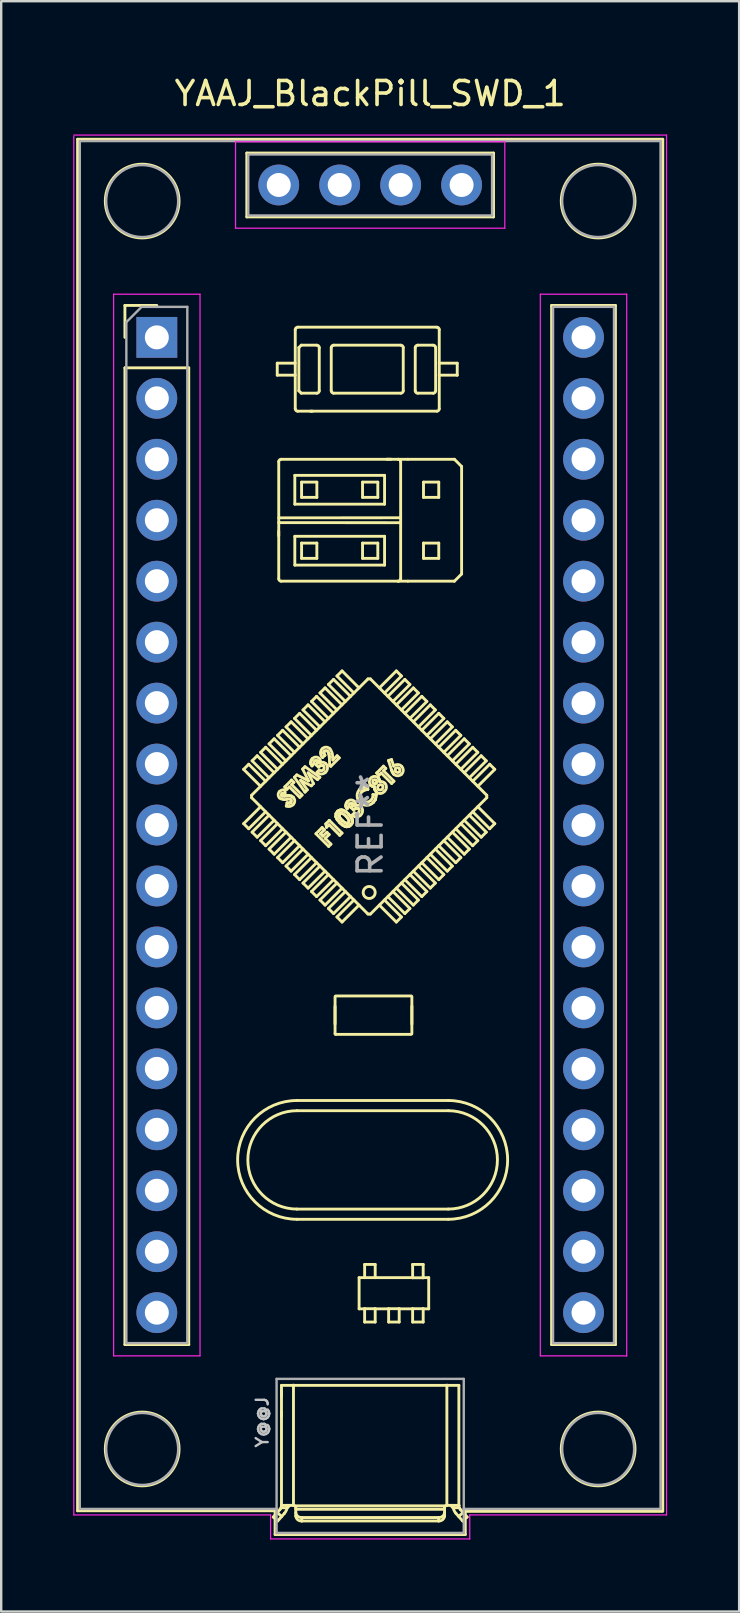
<source format=kicad_pcb>
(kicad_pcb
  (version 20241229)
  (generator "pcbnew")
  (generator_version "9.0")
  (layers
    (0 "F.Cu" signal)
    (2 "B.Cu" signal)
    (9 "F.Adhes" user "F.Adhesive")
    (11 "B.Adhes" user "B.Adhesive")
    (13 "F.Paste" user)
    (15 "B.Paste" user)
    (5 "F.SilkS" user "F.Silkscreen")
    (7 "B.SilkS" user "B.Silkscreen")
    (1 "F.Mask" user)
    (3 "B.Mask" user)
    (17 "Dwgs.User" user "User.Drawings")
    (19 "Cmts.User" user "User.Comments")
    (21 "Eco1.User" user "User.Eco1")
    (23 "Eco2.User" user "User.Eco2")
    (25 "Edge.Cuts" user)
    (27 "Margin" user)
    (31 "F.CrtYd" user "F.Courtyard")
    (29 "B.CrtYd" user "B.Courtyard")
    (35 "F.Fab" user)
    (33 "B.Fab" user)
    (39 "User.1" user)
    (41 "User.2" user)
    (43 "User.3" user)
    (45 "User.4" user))
  (footprint "YAAJ_BlackPill_SWD_1"
    (layer "F.Cu")
    (at 3.485 11.008)
    (property "Reference" "YAAJ_BlackPill_SWD_1" (at 8.89 -10.16 0) (layer "F.SilkS") (effects (font (size 1 1) (thickness 0.15))))
    (attr through_hole)
    (fp_line (start -3.302 -8.255) (end 21.082 -8.255) (stroke (width 0.12) (type solid)) (layer "F.SilkS"))
    (fp_line (start -3.302 48.895) (end -3.302 -8.255) (stroke (width 0.12) (type solid)) (layer "F.SilkS"))
    (fp_line (start -3.302 48.895) (end 4.928 48.895) (stroke (width 0.12) (type solid)) (layer "F.SilkS"))
    (fp_line (start -1.33 -1.33) (end -1.33 0) (stroke (width 0.12) (type solid)) (layer "F.SilkS"))
    (fp_line (start -1.33 -1.33) (end 0 -1.33) (stroke (width 0.12) (type solid)) (layer "F.SilkS"))
    (fp_line (start -1.33 1.27) (end -1.33 41.97) (stroke (width 0.12) (type solid)) (layer "F.SilkS"))
    (fp_line (start -1.33 1.27) (end 1.33 1.27) (stroke (width 0.12) (type solid)) (layer "F.SilkS"))
    (fp_line (start 1.33 1.27) (end 1.33 41.97) (stroke (width 0.12) (type solid)) (layer "F.SilkS"))
    (fp_line (start 1.33 41.97) (end -1.33 41.97) (stroke (width 0.12) (type solid)) (layer "F.SilkS"))
    (fp_line (start 3.617 18) (end 4.324 18.707) (stroke (width 0.12) (type solid)) (layer "F.SilkS"))
    (fp_line (start 3.617 20.263) (end 4.324 19.556) (stroke (width 0.12) (type solid)) (layer "F.SilkS"))
    (fp_line (start 3.75 -7.68) (end 3.75 -5.02) (stroke (width 0.12) (type solid)) (layer "F.SilkS"))
    (fp_line (start 3.75 -5.02) (end 14.03 -5.02) (stroke (width 0.12) (type solid)) (layer "F.SilkS"))
    (fp_line (start 3.829 17.788) (end 3.617 18) (stroke (width 0.12) (type solid)) (layer "F.SilkS"))
    (fp_line (start 3.829 17.788) (end 4.536 18.495) (stroke (width 0.12) (type solid)) (layer "F.SilkS"))
    (fp_line (start 3.829 20.475) (end 3.617 20.263) (stroke (width 0.12) (type solid)) (layer "F.SilkS"))
    (fp_line (start 3.829 20.475) (end 4.536 19.768) (stroke (width 0.12) (type solid)) (layer "F.SilkS"))
    (fp_line (start 3.949 19.081) (end 8.799 14.232) (stroke (width 0.12) (type solid)) (layer "F.SilkS"))
    (fp_line (start 3.949 19.181) (end 3.949 19.081) (stroke (width 0.12) (type solid)) (layer "F.SilkS"))
    (fp_line (start 3.97 17.646) (end 4.677 18.354) (stroke (width 0.12) (type solid)) (layer "F.SilkS"))
    (fp_line (start 3.97 20.616) (end 4.677 19.909) (stroke (width 0.12) (type solid)) (layer "F.SilkS"))
    (fp_line (start 4.182 17.434) (end 3.97 17.646) (stroke (width 0.12) (type solid)) (layer "F.SilkS"))
    (fp_line (start 4.182 17.434) (end 4.889 18.141) (stroke (width 0.12) (type solid)) (layer "F.SilkS"))
    (fp_line (start 4.182 20.828) (end 3.97 20.616) (stroke (width 0.12) (type solid)) (layer "F.SilkS"))
    (fp_line (start 4.182 20.828) (end 4.889 20.121) (stroke (width 0.12) (type solid)) (layer "F.SilkS"))
    (fp_line (start 4.324 17.293) (end 5.031 18) (stroke (width 0.12) (type solid)) (layer "F.SilkS"))
    (fp_line (start 4.324 20.97) (end 5.031 20.263) (stroke (width 0.12) (type solid)) (layer "F.SilkS"))
    (fp_line (start 4.536 17.081) (end 4.324 17.293) (stroke (width 0.12) (type solid)) (layer "F.SilkS"))
    (fp_line (start 4.536 17.081) (end 5.243 17.788) (stroke (width 0.12) (type solid)) (layer "F.SilkS"))
    (fp_line (start 4.536 21.182) (end 4.324 20.97) (stroke (width 0.12) (type solid)) (layer "F.SilkS"))
    (fp_line (start 4.536 21.182) (end 5.243 20.475) (stroke (width 0.12) (type solid)) (layer "F.SilkS"))
    (fp_line (start 4.677 16.939) (end 5.384 17.646) (stroke (width 0.12) (type solid)) (layer "F.SilkS"))
    (fp_line (start 4.677 21.323) (end 5.384 20.616) (stroke (width 0.12) (type solid)) (layer "F.SilkS"))
    (fp_line (start 4.853 49.157) (end 5.131 48.841) (stroke (width 0.12) (type solid)) (layer "F.SilkS"))
    (fp_line (start 4.889 16.727) (end 4.677 16.939) (stroke (width 0.12) (type solid)) (layer "F.SilkS"))
    (fp_line (start 4.889 16.727) (end 5.596 17.434) (stroke (width 0.12) (type solid)) (layer "F.SilkS"))
    (fp_line (start 4.889 21.536) (end 4.677 21.323) (stroke (width 0.12) (type solid)) (layer "F.SilkS"))
    (fp_line (start 4.889 21.536) (end 5.596 20.828) (stroke (width 0.12) (type solid)) (layer "F.SilkS"))
    (fp_line (start 4.928 48.895) (end 4.928 49.886) (stroke (width 0.12) (type solid)) (layer "F.SilkS"))
    (fp_line (start 4.928 49.886) (end 12.852 49.886) (stroke (width 0.12) (type solid)) (layer "F.SilkS"))
    (fp_line (start 5.018 48.97) (end 5.203 49.132) (stroke (width 0.12) (type solid)) (layer "F.SilkS"))
    (fp_line (start 5.018 1.576) (end 5.018 1.076) (stroke (width 0.12) (type solid)) (layer "F.SilkS"))
    (fp_line (start 5.031 16.586) (end 5.738 17.293) (stroke (width 0.12) (type solid)) (layer "F.SilkS"))
    (fp_line (start 5.031 21.677) (end 5.738 20.97) (stroke (width 0.12) (type solid)) (layer "F.SilkS"))
    (fp_line (start 5.037 49.32) (end 4.853 49.157) (stroke (width 0.12) (type solid)) (layer "F.SilkS"))
    (fp_line (start 5.079 8.079) (end 5.079 8.268) (stroke (width 0.12) (type solid)) (layer "F.SilkS"))
    (fp_line (start 5.08 7.52) (end 10.16 7.518) (stroke (width 0.12) (type solid)) (layer "F.SilkS"))
    (fp_line (start 5.08 10.06) (end 5.08 5.18) (stroke (width 0.12) (type solid)) (layer "F.SilkS"))
    (fp_line (start 5.18 5.08) (end 10.06 5.08) (stroke (width 0.12) (type solid)) (layer "F.SilkS"))
    (fp_line (start 5.193 43.91) (end 5.193 44.137) (stroke (width 0.12) (type solid)) (layer "F.SilkS"))
    (fp_line (start 5.193 44.785) (end 5.193 44.826) (stroke (width 0.12) (type solid)) (layer "F.SilkS"))
    (fp_line (start 5.193 44.885) (end 5.193 44.939) (stroke (width 0.12) (type solid)) (layer "F.SilkS"))
    (fp_line (start 5.194 48.678) (end 5.199 48.67) (stroke (width 0.12) (type solid)) (layer "F.SilkS"))
    (fp_line (start 5.194 43.67) (end 12.586 43.67) (stroke (width 0.12) (type solid)) (layer "F.SilkS"))
    (fp_line (start 5.194 48.676) (end 5.194 48.678) (stroke (width 0.12) (type solid)) (layer "F.SilkS"))
    (fp_line (start 5.194 48.676) (end 5.194 43.67) (stroke (width 0.12) (type solid)) (layer "F.SilkS"))
    (fp_line (start 5.199 48.67) (end 5.2 48.67) (stroke (width 0.12) (type solid)) (layer "F.SilkS"))
    (fp_line (start 5.2 48.67) (end 5.69 48.67) (stroke (width 0.12) (type solid)) (layer "F.SilkS"))
    (fp_line (start 5.202 19.093) (end 5.22 19.105) (stroke (width 0.12) (type solid)) (layer "F.SilkS"))
    (fp_line (start 5.202 19.093) (end 5.22 19.105) (stroke (width 0.12) (type solid)) (layer "F.SilkS"))
    (fp_line (start 5.22 19.105) (end 5.237 19.109) (stroke (width 0.12) (type solid)) (layer "F.SilkS"))
    (fp_line (start 5.22 19.105) (end 5.237 19.109) (stroke (width 0.12) (type solid)) (layer "F.SilkS"))
    (fp_line (start 5.237 19.109) (end 5.315 19.109) (stroke (width 0.12) (type solid)) (layer "F.SilkS"))
    (fp_line (start 5.237 19.109) (end 5.315 19.109) (stroke (width 0.12) (type solid)) (layer "F.SilkS"))
    (fp_line (start 5.243 16.374) (end 5.031 16.586) (stroke (width 0.12) (type solid)) (layer "F.SilkS"))
    (fp_line (start 5.243 16.374) (end 5.95 17.081) (stroke (width 0.12) (type solid)) (layer "F.SilkS"))
    (fp_line (start 5.243 21.889) (end 5.031 21.677) (stroke (width 0.12) (type solid)) (layer "F.SilkS"))
    (fp_line (start 5.243 21.889) (end 5.95 21.182) (stroke (width 0.12) (type solid)) (layer "F.SilkS"))
    (fp_line (start 5.315 49.005) (end 5.037 49.32) (stroke (width 0.12) (type solid)) (layer "F.SilkS"))
    (fp_line (start 5.315 19.109) (end 5.377 19.106) (stroke (width 0.12) (type solid)) (layer "F.SilkS"))
    (fp_line (start 5.315 19.109) (end 5.377 19.106) (stroke (width 0.12) (type solid)) (layer "F.SilkS"))
    (fp_line (start 5.331 18.732) (end 5.616 18.446) (stroke (width 0.12) (type solid)) (layer "F.SilkS"))
    (fp_line (start 5.347 18.857) (end 5.341 18.993) (stroke (width 0.12) (type solid)) (layer "F.SilkS"))
    (fp_line (start 5.377 19.106) (end 5.45 19.101) (stroke (width 0.12) (type solid)) (layer "F.SilkS"))
    (fp_line (start 5.377 19.106) (end 5.45 19.101) (stroke (width 0.12) (type solid)) (layer "F.SilkS"))
    (fp_line (start 5.384 16.232) (end 6.091 16.939) (stroke (width 0.12) (type solid)) (layer "F.SilkS"))
    (fp_line (start 5.384 22.03) (end 6.091 21.323) (stroke (width 0.12) (type solid)) (layer "F.SilkS"))
    (fp_line (start 5.395 19.53) (end 5.428 19.396) (stroke (width 0.12) (type solid)) (layer "F.SilkS"))
    (fp_line (start 5.426 18.827) (end 5.331 18.732) (stroke (width 0.12) (type solid)) (layer "F.SilkS"))
    (fp_line (start 5.428 19.396) (end 5.519 19.407) (stroke (width 0.12) (type solid)) (layer "F.SilkS"))
    (fp_line (start 5.428 19.396) (end 5.519 19.407) (stroke (width 0.12) (type solid)) (layer "F.SilkS"))
    (fp_line (start 5.428 48.782) (end 5.54 48.67) (stroke (width 0.12) (type solid)) (layer "F.SilkS"))
    (fp_line (start 5.431 48.77) (end 5.175 48.77) (stroke (width 0.12) (type solid)) (layer "F.SilkS"))
    (fp_line (start 5.44 48.67) (end 5.44 48.674) (stroke (width 0.12) (type solid)) (layer "F.SilkS"))
    (fp_line (start 5.45 19.101) (end 5.507 19.099) (stroke (width 0.12) (type solid)) (layer "F.SilkS"))
    (fp_line (start 5.45 19.101) (end 5.507 19.099) (stroke (width 0.12) (type solid)) (layer "F.SilkS"))
    (fp_line (start 5.507 19.099) (end 5.613 19.118) (stroke (width 0.12) (type solid)) (layer "F.SilkS"))
    (fp_line (start 5.507 19.099) (end 5.613 19.118) (stroke (width 0.12) (type solid)) (layer "F.SilkS"))
    (fp_line (start 5.519 19.407) (end 5.554 19.397) (stroke (width 0.12) (type solid)) (layer "F.SilkS"))
    (fp_line (start 5.519 19.407) (end 5.554 19.397) (stroke (width 0.12) (type solid)) (layer "F.SilkS"))
    (fp_line (start 5.521 18.732) (end 5.426 18.827) (stroke (width 0.12) (type solid)) (layer "F.SilkS"))
    (fp_line (start 5.554 19.397) (end 5.583 19.377) (stroke (width 0.12) (type solid)) (layer "F.SilkS"))
    (fp_line (start 5.554 19.397) (end 5.583 19.377) (stroke (width 0.12) (type solid)) (layer "F.SilkS"))
    (fp_line (start 5.596 16.02) (end 5.384 16.232) (stroke (width 0.12) (type solid)) (layer "F.SilkS"))
    (fp_line (start 5.596 16.02) (end 6.304 16.727) (stroke (width 0.12) (type solid)) (layer "F.SilkS"))
    (fp_line (start 5.596 22.243) (end 5.384 22.03) (stroke (width 0.12) (type solid)) (layer "F.SilkS"))
    (fp_line (start 5.596 22.243) (end 6.304 21.536) (stroke (width 0.12) (type solid)) (layer "F.SilkS"))
    (fp_line (start 5.613 19.118) (end 5.683 19.166) (stroke (width 0.12) (type solid)) (layer "F.SilkS"))
    (fp_line (start 5.613 19.118) (end 5.683 19.166) (stroke (width 0.12) (type solid)) (layer "F.SilkS"))
    (fp_line (start 5.616 18.446) (end 5.712 18.541) (stroke (width 0.12) (type solid)) (layer "F.SilkS"))
    (fp_line (start 5.616 18.637) (end 6.052 19.072) (stroke (width 0.12) (type solid)) (layer "F.SilkS"))
    (fp_line (start 5.69 48.67) (end 5.694 48.67) (stroke (width 0.12) (type solid)) (layer "F.SilkS"))
    (fp_line (start 5.694 48.67) (end 5.694 43.66) (stroke (width 0.12) (type solid)) (layer "F.SilkS"))
    (fp_line (start 5.712 18.541) (end 5.616 18.637) (stroke (width 0.12) (type solid)) (layer "F.SilkS"))
    (fp_line (start 5.733 18.329) (end 5.832 18.231) (stroke (width 0.12) (type solid)) (layer "F.SilkS"))
    (fp_line (start 5.738 15.879) (end 6.445 16.586) (stroke (width 0.12) (type solid)) (layer "F.SilkS"))
    (fp_line (start 5.738 22.384) (end 6.445 21.677) (stroke (width 0.12) (type solid)) (layer "F.SilkS"))
    (fp_line (start 5.75 5.75) (end 9.49 5.75) (stroke (width 0.12) (type solid)) (layer "F.SilkS"))
    (fp_line (start 5.75 6.95) (end 5.75 5.75) (stroke (width 0.12) (type solid)) (layer "F.SilkS"))
    (fp_line (start 5.75 8.29) (end 9.49 8.29) (stroke (width 0.12) (type solid)) (layer "F.SilkS"))
    (fp_line (start 5.75 9.49) (end 5.75 8.29) (stroke (width 0.12) (type solid)) (layer "F.SilkS"))
    (fp_line (start 5.752 48.691) (end 12.028 48.691) (stroke (width 0.12) (type solid)) (layer "F.SilkS"))
    (fp_line (start 5.768 -0.324) (end 5.768 2.976) (stroke (width 0.12) (type solid)) (layer "F.SilkS"))
    (fp_line (start 5.768 1.076) (end 5.018 1.076) (stroke (width 0.12) (type solid)) (layer "F.SilkS"))
    (fp_line (start 5.768 1.576) (end 5.018 1.576) (stroke (width 0.12) (type solid)) (layer "F.SilkS"))
    (fp_line (start 5.79 49.115) (end 5.79 48.77) (stroke (width 0.12) (type solid)) (layer "F.SilkS"))
    (fp_line (start 5.832 18.231) (end 6.323 18.48) (stroke (width 0.12) (type solid)) (layer "F.SilkS"))
    (fp_line (start 5.843 32.224) (end 12.143 32.224) (stroke (width 0.12) (type solid)) (layer "F.SilkS"))
    (fp_line (start 5.843 36.749) (end 12.143 36.749) (stroke (width 0.12) (type solid)) (layer "F.SilkS"))
    (fp_line (start 5.868 3.076) (end 11.668 3.076) (stroke (width 0.12) (type solid)) (layer "F.SilkS"))
    (fp_line (start 5.918 0.426) (end 6.018 0.326) (stroke (width 0.12) (type solid)) (layer "F.SilkS"))
    (fp_line (start 5.918 2.226) (end 5.918 0.426) (stroke (width 0.12) (type solid)) (layer "F.SilkS"))
    (fp_line (start 5.95 15.667) (end 5.738 15.879) (stroke (width 0.12) (type solid)) (layer "F.SilkS"))
    (fp_line (start 5.95 15.667) (end 6.657 16.374) (stroke (width 0.12) (type solid)) (layer "F.SilkS"))
    (fp_line (start 5.95 22.596) (end 5.738 22.384) (stroke (width 0.12) (type solid)) (layer "F.SilkS"))
    (fp_line (start 5.95 22.596) (end 6.657 21.889) (stroke (width 0.12) (type solid)) (layer "F.SilkS"))
    (fp_line (start 5.956 19.167) (end 5.521 18.732) (stroke (width 0.12) (type solid)) (layer "F.SilkS"))
    (fp_line (start 5.992 18.461) (end 6.27 18.853) (stroke (width 0.12) (type solid)) (layer "F.SilkS"))
    (fp_line (start 6.018 0.326) (end 6.668 0.326) (stroke (width 0.12) (type solid)) (layer "F.SilkS"))
    (fp_line (start 6.018 2.326) (end 5.918 2.226) (stroke (width 0.12) (type solid)) (layer "F.SilkS"))
    (fp_line (start 6.032 6.032) (end 6.668 6.032) (stroke (width 0.12) (type solid)) (layer "F.SilkS"))
    (fp_line (start 6.032 6.668) (end 6.032 6.032) (stroke (width 0.12) (type solid)) (layer "F.SilkS"))
    (fp_line (start 6.032 8.572) (end 6.668 8.572) (stroke (width 0.12) (type solid)) (layer "F.SilkS"))
    (fp_line (start 6.032 9.208) (end 6.032 8.572) (stroke (width 0.12) (type solid)) (layer "F.SilkS"))
    (fp_line (start 6.04 49.177) (end 6.04 49.32) (stroke (width 0.12) (type solid)) (layer "F.SilkS"))
    (fp_line (start 6.04 49.177) (end 11.74 49.177) (stroke (width 0.12) (type solid)) (layer "F.SilkS"))
    (fp_line (start 6.04 49.32) (end 11.74 49.32) (stroke (width 0.12) (type solid)) (layer "F.SilkS"))
    (fp_line (start 6.052 19.072) (end 5.956 19.167) (stroke (width 0.12) (type solid)) (layer "F.SilkS"))
    (fp_line (start 6.075 17.988) (end 6.173 17.89) (stroke (width 0.12) (type solid)) (layer "F.SilkS"))
    (fp_line (start 6.091 15.525) (end 6.798 16.232) (stroke (width 0.12) (type solid)) (layer "F.SilkS"))
    (fp_line (start 6.091 22.738) (end 6.798 22.03) (stroke (width 0.12) (type solid)) (layer "F.SilkS"))
    (fp_line (start 6.173 17.89) (end 6.793 18.331) (stroke (width 0.12) (type solid)) (layer "F.SilkS"))
    (fp_line (start 6.174 18.949) (end 5.733 18.329) (stroke (width 0.12) (type solid)) (layer "F.SilkS"))
    (fp_line (start 6.27 18.853) (end 6.174 18.949) (stroke (width 0.12) (type solid)) (layer "F.SilkS"))
    (fp_line (start 6.304 15.313) (end 6.091 15.525) (stroke (width 0.12) (type solid)) (layer "F.SilkS"))
    (fp_line (start 6.304 15.313) (end 7.011 16.02) (stroke (width 0.12) (type solid)) (layer "F.SilkS"))
    (fp_line (start 6.304 22.95) (end 6.091 22.738) (stroke (width 0.12) (type solid)) (layer "F.SilkS"))
    (fp_line (start 6.304 22.95) (end 7.011 22.243) (stroke (width 0.12) (type solid)) (layer "F.SilkS"))
    (fp_line (start 6.305 18.149) (end 6.529 18.594) (stroke (width 0.12) (type solid)) (layer "F.SilkS"))
    (fp_line (start 6.323 18.48) (end 6.075 17.988) (stroke (width 0.12) (type solid)) (layer "F.SilkS"))
    (fp_line (start 6.405 3.077) (end 6.425 3.077) (stroke (width 0.12) (type solid)) (layer "F.SilkS"))
    (fp_line (start 6.414 17.721) (end 6.434 17.62) (stroke (width 0.12) (type solid)) (layer "F.SilkS"))
    (fp_line (start 6.414 17.721) (end 6.434 17.62) (stroke (width 0.12) (type solid)) (layer "F.SilkS"))
    (fp_line (start 6.426 17.784) (end 6.414 17.721) (stroke (width 0.12) (type solid)) (layer "F.SilkS"))
    (fp_line (start 6.426 17.784) (end 6.414 17.721) (stroke (width 0.12) (type solid)) (layer "F.SilkS"))
    (fp_line (start 6.434 17.62) (end 6.481 17.554) (stroke (width 0.12) (type solid)) (layer "F.SilkS"))
    (fp_line (start 6.434 17.62) (end 6.481 17.554) (stroke (width 0.12) (type solid)) (layer "F.SilkS"))
    (fp_line (start 6.437 18.687) (end 5.992 18.461) (stroke (width 0.12) (type solid)) (layer "F.SilkS"))
    (fp_line (start 6.445 15.172) (end 7.152 15.879) (stroke (width 0.12) (type solid)) (layer "F.SilkS"))
    (fp_line (start 6.445 23.091) (end 7.152 22.384) (stroke (width 0.12) (type solid)) (layer "F.SilkS"))
    (fp_line (start 6.455 3.077) (end 6.482 3.077) (stroke (width 0.12) (type solid)) (layer "F.SilkS"))
    (fp_line (start 6.466 17.855) (end 6.426 17.784) (stroke (width 0.12) (type solid)) (layer "F.SilkS"))
    (fp_line (start 6.466 17.855) (end 6.426 17.784) (stroke (width 0.12) (type solid)) (layer "F.SilkS"))
    (fp_line (start 6.529 18.594) (end 6.437 18.687) (stroke (width 0.12) (type solid)) (layer "F.SilkS"))
    (fp_line (start 6.562 17.76) (end 6.466 17.855) (stroke (width 0.12) (type solid)) (layer "F.SilkS"))
    (fp_line (start 6.63 20.683) (end 6.888 20.425) (stroke (width 0.12) (type solid)) (layer "F.SilkS"))
    (fp_line (start 6.643 17.814) (end 6.695 17.735) (stroke (width 0.12) (type solid)) (layer "F.SilkS"))
    (fp_line (start 6.643 17.814) (end 6.695 17.735) (stroke (width 0.12) (type solid)) (layer "F.SilkS"))
    (fp_line (start 6.657 14.959) (end 6.445 15.172) (stroke (width 0.12) (type solid)) (layer "F.SilkS"))
    (fp_line (start 6.657 14.959) (end 7.364 15.667) (stroke (width 0.12) (type solid)) (layer "F.SilkS"))
    (fp_line (start 6.657 23.303) (end 6.445 23.091) (stroke (width 0.12) (type solid)) (layer "F.SilkS"))
    (fp_line (start 6.657 23.303) (end 7.364 22.596) (stroke (width 0.12) (type solid)) (layer "F.SilkS"))
    (fp_line (start 6.668 6.032) (end 6.668 6.668) (stroke (width 0.12) (type solid)) (layer "F.SilkS"))
    (fp_line (start 6.668 6.668) (end 6.032 6.668) (stroke (width 0.12) (type solid)) (layer "F.SilkS"))
    (fp_line (start 6.668 8.572) (end 6.668 9.208) (stroke (width 0.12) (type solid)) (layer "F.SilkS"))
    (fp_line (start 6.668 9.208) (end 6.032 9.208) (stroke (width 0.12) (type solid)) (layer "F.SilkS"))
    (fp_line (start 6.668 2.326) (end 6.018 2.326) (stroke (width 0.12) (type solid)) (layer "F.SilkS"))
    (fp_line (start 6.677 18.12) (end 6.772 18.025) (stroke (width 0.12) (type solid)) (layer "F.SilkS"))
    (fp_line (start 6.693 17.666) (end 6.679 17.646) (stroke (width 0.12) (type solid)) (layer "F.SilkS"))
    (fp_line (start 6.693 17.666) (end 6.679 17.646) (stroke (width 0.12) (type solid)) (layer "F.SilkS"))
    (fp_line (start 6.695 17.735) (end 6.7 17.688) (stroke (width 0.12) (type solid)) (layer "F.SilkS"))
    (fp_line (start 6.695 17.735) (end 6.7 17.688) (stroke (width 0.12) (type solid)) (layer "F.SilkS"))
    (fp_line (start 6.696 18.427) (end 6.305 18.149) (stroke (width 0.12) (type solid)) (layer "F.SilkS"))
    (fp_line (start 6.7 17.688) (end 6.693 17.666) (stroke (width 0.12) (type solid)) (layer "F.SilkS"))
    (fp_line (start 6.7 17.688) (end 6.693 17.666) (stroke (width 0.12) (type solid)) (layer "F.SilkS"))
    (fp_line (start 6.732 17.902) (end 6.643 17.814) (stroke (width 0.12) (type solid)) (layer "F.SilkS"))
    (fp_line (start 6.768 0.426) (end 6.768 2.226) (stroke (width 0.12) (type solid)) (layer "F.SilkS"))
    (fp_line (start 6.793 18.331) (end 6.696 18.427) (stroke (width 0.12) (type solid)) (layer "F.SilkS"))
    (fp_line (start 6.798 14.818) (end 7.506 15.525) (stroke (width 0.12) (type solid)) (layer "F.SilkS"))
    (fp_line (start 6.798 23.445) (end 7.506 22.738) (stroke (width 0.12) (type solid)) (layer "F.SilkS"))
    (fp_line (start 6.82 20.683) (end 6.922 20.785) (stroke (width 0.12) (type solid)) (layer "F.SilkS"))
    (fp_line (start 6.833 17.836) (end 6.732 17.902) (stroke (width 0.12) (type solid)) (layer "F.SilkS"))
    (fp_line (start 6.833 17.836) (end 6.732 17.902) (stroke (width 0.12) (type solid)) (layer "F.SilkS"))
    (fp_line (start 6.888 20.425) (end 6.983 20.52) (stroke (width 0.12) (type solid)) (layer "F.SilkS"))
    (fp_line (start 6.893 17.832) (end 6.833 17.836) (stroke (width 0.12) (type solid)) (layer "F.SilkS"))
    (fp_line (start 6.893 17.832) (end 6.833 17.836) (stroke (width 0.12) (type solid)) (layer "F.SilkS"))
    (fp_line (start 6.922 20.785) (end 7.085 20.622) (stroke (width 0.12) (type solid)) (layer "F.SilkS"))
    (fp_line (start 6.922 17.841) (end 6.893 17.832) (stroke (width 0.12) (type solid)) (layer "F.SilkS"))
    (fp_line (start 6.922 17.841) (end 6.893 17.832) (stroke (width 0.12) (type solid)) (layer "F.SilkS"))
    (fp_line (start 6.946 17.859) (end 6.922 17.841) (stroke (width 0.12) (type solid)) (layer "F.SilkS"))
    (fp_line (start 6.946 17.859) (end 6.922 17.841) (stroke (width 0.12) (type solid)) (layer "F.SilkS"))
    (fp_line (start 6.957 17.29) (end 6.96 17.343) (stroke (width 0.12) (type solid)) (layer "F.SilkS"))
    (fp_line (start 6.957 17.29) (end 6.96 17.343) (stroke (width 0.12) (type solid)) (layer "F.SilkS"))
    (fp_line (start 6.96 17.343) (end 7.003 17.413) (stroke (width 0.12) (type solid)) (layer "F.SilkS"))
    (fp_line (start 6.96 17.343) (end 7.003 17.413) (stroke (width 0.12) (type solid)) (layer "F.SilkS"))
    (fp_line (start 6.982 17.244) (end 6.957 17.29) (stroke (width 0.12) (type solid)) (layer "F.SilkS"))
    (fp_line (start 6.982 17.244) (end 6.957 17.29) (stroke (width 0.12) (type solid)) (layer "F.SilkS"))
    (fp_line (start 6.983 20.52) (end 6.82 20.683) (stroke (width 0.12) (type solid)) (layer "F.SilkS"))
    (fp_line (start 7.003 17.413) (end 6.908 17.508) (stroke (width 0.12) (type solid)) (layer "F.SilkS"))
    (fp_line (start 7.011 14.606) (end 6.798 14.818) (stroke (width 0.12) (type solid)) (layer "F.SilkS"))
    (fp_line (start 7.011 14.606) (end 7.718 15.313) (stroke (width 0.12) (type solid)) (layer "F.SilkS"))
    (fp_line (start 7.011 23.657) (end 6.798 23.445) (stroke (width 0.12) (type solid)) (layer "F.SilkS"))
    (fp_line (start 7.011 23.657) (end 7.718 22.95) (stroke (width 0.12) (type solid)) (layer "F.SilkS"))
    (fp_line (start 7.017 20.88) (end 7.255 21.118) (stroke (width 0.12) (type solid)) (layer "F.SilkS"))
    (fp_line (start 7.04 20.273) (end 7.187 20.126) (stroke (width 0.12) (type solid)) (layer "F.SilkS"))
    (fp_line (start 7.071 20.418) (end 7.04 20.273) (stroke (width 0.12) (type solid)) (layer "F.SilkS"))
    (fp_line (start 7.085 20.622) (end 7.18 20.717) (stroke (width 0.12) (type solid)) (layer "F.SilkS"))
    (fp_line (start 7.152 14.464) (end 7.859 15.172) (stroke (width 0.12) (type solid)) (layer "F.SilkS"))
    (fp_line (start 7.152 23.798) (end 7.859 23.091) (stroke (width 0.12) (type solid)) (layer "F.SilkS"))
    (fp_line (start 7.16 21.213) (end 6.63 20.683) (stroke (width 0.12) (type solid)) (layer "F.SilkS"))
    (fp_line (start 7.175 17.351) (end 7.122 17.245) (stroke (width 0.12) (type solid)) (layer "F.SilkS"))
    (fp_line (start 7.175 17.351) (end 7.122 17.245) (stroke (width 0.12) (type solid)) (layer "F.SilkS"))
    (fp_line (start 7.18 20.309) (end 7.071 20.418) (stroke (width 0.12) (type solid)) (layer "F.SilkS"))
    (fp_line (start 7.18 20.717) (end 7.017 20.88) (stroke (width 0.12) (type solid)) (layer "F.SilkS"))
    (fp_line (start 7.187 20.126) (end 7.717 20.656) (stroke (width 0.12) (type solid)) (layer "F.SilkS"))
    (fp_line (start 7.19 17.503) (end 7.175 17.351) (stroke (width 0.12) (type solid)) (layer "F.SilkS"))
    (fp_line (start 7.19 17.503) (end 7.175 17.351) (stroke (width 0.12) (type solid)) (layer "F.SilkS"))
    (fp_line (start 7.2 17.827) (end 7.19 17.503) (stroke (width 0.12) (type solid)) (layer "F.SilkS"))
    (fp_line (start 7.248 17.875) (end 7.2 17.827) (stroke (width 0.12) (type solid)) (layer "F.SilkS"))
    (fp_line (start 7.255 21.118) (end 7.16 21.213) (stroke (width 0.12) (type solid)) (layer "F.SilkS"))
    (fp_line (start 7.268 2.226) (end 7.268 0.426) (stroke (width 0.12) (type solid)) (layer "F.SilkS"))
    (fp_line (start 7.327 17.493) (end 7.335 17.612) (stroke (width 0.12) (type solid)) (layer "F.SilkS"))
    (fp_line (start 7.335 17.612) (end 7.513 17.433) (stroke (width 0.12) (type solid)) (layer "F.SilkS"))
    (fp_line (start 7.364 14.252) (end 7.152 14.464) (stroke (width 0.12) (type solid)) (layer "F.SilkS"))
    (fp_line (start 7.364 14.252) (end 8.071 14.959) (stroke (width 0.12) (type solid)) (layer "F.SilkS"))
    (fp_line (start 7.364 24.01) (end 7.152 23.798) (stroke (width 0.12) (type solid)) (layer "F.SilkS"))
    (fp_line (start 7.364 24.01) (end 8.071 23.303) (stroke (width 0.12) (type solid)) (layer "F.SilkS"))
    (fp_line (start 7.368 0.326) (end 10.168 0.326) (stroke (width 0.12) (type solid)) (layer "F.SilkS"))
    (fp_line (start 7.426 28.611) (end 7.426 27.874) (stroke (width 0.12) (type solid)) (layer "F.SilkS"))
    (fp_line (start 7.427 29.018) (end 7.427 27.468) (stroke (width 0.12) (type solid)) (layer "F.SilkS"))
    (fp_line (start 7.452 27.443) (end 10.602 27.443) (stroke (width 0.12) (type solid)) (layer "F.SilkS"))
    (fp_line (start 7.459 19.971) (end 7.467 19.846) (stroke (width 0.12) (type solid)) (layer "F.SilkS"))
    (fp_line (start 7.459 19.971) (end 7.467 19.846) (stroke (width 0.12) (type solid)) (layer "F.SilkS"))
    (fp_line (start 7.467 19.846) (end 7.522 19.763) (stroke (width 0.12) (type solid)) (layer "F.SilkS"))
    (fp_line (start 7.467 19.846) (end 7.522 19.763) (stroke (width 0.12) (type solid)) (layer "F.SilkS"))
    (fp_line (start 7.506 14.111) (end 8.213 14.818) (stroke (width 0.12) (type solid)) (layer "F.SilkS"))
    (fp_line (start 7.506 24.152) (end 8.213 23.445) (stroke (width 0.12) (type solid)) (layer "F.SilkS"))
    (fp_line (start 7.513 17.433) (end 7.602 17.522) (stroke (width 0.12) (type solid)) (layer "F.SilkS"))
    (fp_line (start 7.515 20.094) (end 7.459 19.971) (stroke (width 0.12) (type solid)) (layer "F.SilkS"))
    (fp_line (start 7.515 20.094) (end 7.459 19.971) (stroke (width 0.12) (type solid)) (layer "F.SilkS"))
    (fp_line (start 7.522 19.763) (end 7.574 19.722) (stroke (width 0.12) (type solid)) (layer "F.SilkS"))
    (fp_line (start 7.522 19.763) (end 7.574 19.722) (stroke (width 0.12) (type solid)) (layer "F.SilkS"))
    (fp_line (start 7.574 19.722) (end 7.636 19.698) (stroke (width 0.12) (type solid)) (layer "F.SilkS"))
    (fp_line (start 7.574 19.722) (end 7.636 19.698) (stroke (width 0.12) (type solid)) (layer "F.SilkS"))
    (fp_line (start 7.591 19.93) (end 7.618 20.007) (stroke (width 0.12) (type solid)) (layer "F.SilkS"))
    (fp_line (start 7.591 19.93) (end 7.618 20.007) (stroke (width 0.12) (type solid)) (layer "F.SilkS"))
    (fp_line (start 7.597 19.89) (end 7.591 19.93) (stroke (width 0.12) (type solid)) (layer "F.SilkS"))
    (fp_line (start 7.597 19.89) (end 7.591 19.93) (stroke (width 0.12) (type solid)) (layer "F.SilkS"))
    (fp_line (start 7.602 17.522) (end 7.248 17.875) (stroke (width 0.12) (type solid)) (layer "F.SilkS"))
    (fp_line (start 7.618 20.007) (end 7.724 20.132) (stroke (width 0.12) (type solid)) (layer "F.SilkS"))
    (fp_line (start 7.618 20.007) (end 7.724 20.132) (stroke (width 0.12) (type solid)) (layer "F.SilkS"))
    (fp_line (start 7.62 19.856) (end 7.597 19.89) (stroke (width 0.12) (type solid)) (layer "F.SilkS"))
    (fp_line (start 7.62 19.856) (end 7.597 19.89) (stroke (width 0.12) (type solid)) (layer "F.SilkS"))
    (fp_line (start 7.622 20.751) (end 7.18 20.309) (stroke (width 0.12) (type solid)) (layer "F.SilkS"))
    (fp_line (start 7.627 20.226) (end 7.515 20.094) (stroke (width 0.12) (type solid)) (layer "F.SilkS"))
    (fp_line (start 7.627 20.226) (end 7.515 20.094) (stroke (width 0.12) (type solid)) (layer "F.SilkS"))
    (fp_line (start 7.636 19.698) (end 7.702 19.693) (stroke (width 0.12) (type solid)) (layer "F.SilkS"))
    (fp_line (start 7.636 19.698) (end 7.702 19.693) (stroke (width 0.12) (type solid)) (layer "F.SilkS"))
    (fp_line (start 7.653 19.835) (end 7.62 19.856) (stroke (width 0.12) (type solid)) (layer "F.SilkS"))
    (fp_line (start 7.692 19.831) (end 7.653 19.835) (stroke (width 0.12) (type solid)) (layer "F.SilkS"))
    (fp_line (start 7.702 19.693) (end 7.767 19.707) (stroke (width 0.12) (type solid)) (layer "F.SilkS"))
    (fp_line (start 7.702 19.693) (end 7.767 19.707) (stroke (width 0.12) (type solid)) (layer "F.SilkS"))
    (fp_line (start 7.717 20.656) (end 7.622 20.751) (stroke (width 0.12) (type solid)) (layer "F.SilkS"))
    (fp_line (start 7.718 13.899) (end 7.506 14.111) (stroke (width 0.12) (type solid)) (layer "F.SilkS"))
    (fp_line (start 7.718 13.899) (end 8.425 14.606) (stroke (width 0.12) (type solid)) (layer "F.SilkS"))
    (fp_line (start 7.718 24.364) (end 7.506 24.152) (stroke (width 0.12) (type solid)) (layer "F.SilkS"))
    (fp_line (start 7.718 24.364) (end 8.425 23.657) (stroke (width 0.12) (type solid)) (layer "F.SilkS"))
    (fp_line (start 7.724 20.132) (end 7.843 20.229) (stroke (width 0.12) (type solid)) (layer "F.SilkS"))
    (fp_line (start 7.724 20.132) (end 7.843 20.229) (stroke (width 0.12) (type solid)) (layer "F.SilkS"))
    (fp_line (start 7.726 20.313) (end 7.627 20.226) (stroke (width 0.12) (type solid)) (layer "F.SilkS"))
    (fp_line (start 7.726 20.313) (end 7.627 20.226) (stroke (width 0.12) (type solid)) (layer "F.SilkS"))
    (fp_line (start 7.766 19.855) (end 7.692 19.831) (stroke (width 0.12) (type solid)) (layer "F.SilkS"))
    (fp_line (start 7.767 19.707) (end 7.883 19.772) (stroke (width 0.12) (type solid)) (layer "F.SilkS"))
    (fp_line (start 7.767 19.707) (end 7.883 19.772) (stroke (width 0.12) (type solid)) (layer "F.SilkS"))
    (fp_line (start 7.841 20.377) (end 7.726 20.313) (stroke (width 0.12) (type solid)) (layer "F.SilkS"))
    (fp_line (start 7.841 20.377) (end 7.726 20.313) (stroke (width 0.12) (type solid)) (layer "F.SilkS"))
    (fp_line (start 7.843 20.229) (end 7.917 20.251) (stroke (width 0.12) (type solid)) (layer "F.SilkS"))
    (fp_line (start 7.843 20.229) (end 7.917 20.251) (stroke (width 0.12) (type solid)) (layer "F.SilkS"))
    (fp_line (start 7.875 19.509) (end 7.896 19.408) (stroke (width 0.12) (type solid)) (layer "F.SilkS"))
    (fp_line (start 7.875 19.509) (end 7.896 19.408) (stroke (width 0.12) (type solid)) (layer "F.SilkS"))
    (fp_line (start 7.883 19.772) (end 7.983 19.861) (stroke (width 0.12) (type solid)) (layer "F.SilkS"))
    (fp_line (start 7.883 19.772) (end 7.983 19.861) (stroke (width 0.12) (type solid)) (layer "F.SilkS"))
    (fp_line (start 7.888 19.956) (end 7.766 19.855) (stroke (width 0.12) (type solid)) (layer "F.SilkS"))
    (fp_line (start 7.888 19.572) (end 7.875 19.509) (stroke (width 0.12) (type solid)) (layer "F.SilkS"))
    (fp_line (start 7.888 19.572) (end 7.875 19.509) (stroke (width 0.12) (type solid)) (layer "F.SilkS"))
    (fp_line (start 7.896 19.408) (end 7.943 19.342) (stroke (width 0.12) (type solid)) (layer "F.SilkS"))
    (fp_line (start 7.896 19.408) (end 7.943 19.342) (stroke (width 0.12) (type solid)) (layer "F.SilkS"))
    (fp_line (start 7.905 20.39) (end 7.841 20.377) (stroke (width 0.12) (type solid)) (layer "F.SilkS"))
    (fp_line (start 7.905 20.39) (end 7.841 20.377) (stroke (width 0.12) (type solid)) (layer "F.SilkS"))
    (fp_line (start 7.917 20.251) (end 7.955 20.245) (stroke (width 0.12) (type solid)) (layer "F.SilkS"))
    (fp_line (start 7.917 20.251) (end 7.955 20.245) (stroke (width 0.12) (type solid)) (layer "F.SilkS"))
    (fp_line (start 7.928 19.643) (end 7.888 19.572) (stroke (width 0.12) (type solid)) (layer "F.SilkS"))
    (fp_line (start 7.928 19.643) (end 7.888 19.572) (stroke (width 0.12) (type solid)) (layer "F.SilkS"))
    (fp_line (start 7.95 20.025) (end 7.888 19.956) (stroke (width 0.12) (type solid)) (layer "F.SilkS"))
    (fp_line (start 7.95 20.025) (end 7.888 19.956) (stroke (width 0.12) (type solid)) (layer "F.SilkS"))
    (fp_line (start 7.955 20.245) (end 7.987 20.223) (stroke (width 0.12) (type solid)) (layer "F.SilkS"))
    (fp_line (start 7.955 20.245) (end 7.987 20.223) (stroke (width 0.12) (type solid)) (layer "F.SilkS"))
    (fp_line (start 7.971 20.385) (end 7.905 20.39) (stroke (width 0.12) (type solid)) (layer "F.SilkS"))
    (fp_line (start 7.971 20.385) (end 7.905 20.39) (stroke (width 0.12) (type solid)) (layer "F.SilkS"))
    (fp_line (start 7.983 19.861) (end 8.071 19.96) (stroke (width 0.12) (type solid)) (layer "F.SilkS"))
    (fp_line (start 7.983 19.861) (end 8.071 19.96) (stroke (width 0.12) (type solid)) (layer "F.SilkS"))
    (fp_line (start 8.008 20.129) (end 7.95 20.025) (stroke (width 0.12) (type solid)) (layer "F.SilkS"))
    (fp_line (start 8.008 20.129) (end 7.95 20.025) (stroke (width 0.12) (type solid)) (layer "F.SilkS"))
    (fp_line (start 8.023 19.548) (end 7.928 19.643) (stroke (width 0.12) (type solid)) (layer "F.SilkS"))
    (fp_line (start 8.031 20.359) (end 7.971 20.385) (stroke (width 0.12) (type solid)) (layer "F.SilkS"))
    (fp_line (start 8.031 20.359) (end 7.971 20.385) (stroke (width 0.12) (type solid)) (layer "F.SilkS"))
    (fp_line (start 8.071 19.96) (end 8.136 20.075) (stroke (width 0.12) (type solid)) (layer "F.SilkS"))
    (fp_line (start 8.071 19.96) (end 8.136 20.075) (stroke (width 0.12) (type solid)) (layer "F.SilkS"))
    (fp_line (start 8.082 20.318) (end 8.031 20.359) (stroke (width 0.12) (type solid)) (layer "F.SilkS"))
    (fp_line (start 8.082 20.318) (end 8.031 20.359) (stroke (width 0.12) (type solid)) (layer "F.SilkS"))
    (fp_line (start 8.105 19.602) (end 8.157 19.523) (stroke (width 0.12) (type solid)) (layer "F.SilkS"))
    (fp_line (start 8.105 19.602) (end 8.157 19.523) (stroke (width 0.12) (type solid)) (layer "F.SilkS"))
    (fp_line (start 8.124 20.266) (end 8.082 20.318) (stroke (width 0.12) (type solid)) (layer "F.SilkS"))
    (fp_line (start 8.124 20.266) (end 8.082 20.318) (stroke (width 0.12) (type solid)) (layer "F.SilkS"))
    (fp_line (start 8.136 20.075) (end 8.151 20.139) (stroke (width 0.12) (type solid)) (layer "F.SilkS"))
    (fp_line (start 8.136 20.075) (end 8.151 20.139) (stroke (width 0.12) (type solid)) (layer "F.SilkS"))
    (fp_line (start 8.139 19.908) (end 8.234 19.813) (stroke (width 0.12) (type solid)) (layer "F.SilkS"))
    (fp_line (start 8.149 20.205) (end 8.124 20.266) (stroke (width 0.12) (type solid)) (layer "F.SilkS"))
    (fp_line (start 8.149 20.205) (end 8.124 20.266) (stroke (width 0.12) (type solid)) (layer "F.SilkS"))
    (fp_line (start 8.151 20.139) (end 8.149 20.205) (stroke (width 0.12) (type solid)) (layer "F.SilkS"))
    (fp_line (start 8.151 20.139) (end 8.149 20.205) (stroke (width 0.12) (type solid)) (layer "F.SilkS"))
    (fp_line (start 8.155 19.454) (end 8.141 19.434) (stroke (width 0.12) (type solid)) (layer "F.SilkS"))
    (fp_line (start 8.155 19.454) (end 8.141 19.434) (stroke (width 0.12) (type solid)) (layer "F.SilkS"))
    (fp_line (start 8.157 19.523) (end 8.162 19.476) (stroke (width 0.12) (type solid)) (layer "F.SilkS"))
    (fp_line (start 8.157 19.523) (end 8.162 19.476) (stroke (width 0.12) (type solid)) (layer "F.SilkS"))
    (fp_line (start 8.162 19.476) (end 8.155 19.454) (stroke (width 0.12) (type solid)) (layer "F.SilkS"))
    (fp_line (start 8.162 19.476) (end 8.155 19.454) (stroke (width 0.12) (type solid)) (layer "F.SilkS"))
    (fp_line (start 8.193 19.69) (end 8.105 19.602) (stroke (width 0.12) (type solid)) (layer "F.SilkS"))
    (fp_line (start 8.295 19.625) (end 8.193 19.69) (stroke (width 0.12) (type solid)) (layer "F.SilkS"))
    (fp_line (start 8.295 19.625) (end 8.193 19.69) (stroke (width 0.12) (type solid)) (layer "F.SilkS"))
    (fp_line (start 8.355 19.62) (end 8.295 19.625) (stroke (width 0.12) (type solid)) (layer "F.SilkS"))
    (fp_line (start 8.355 19.62) (end 8.295 19.625) (stroke (width 0.12) (type solid)) (layer "F.SilkS"))
    (fp_line (start 8.384 19.629) (end 8.355 19.62) (stroke (width 0.12) (type solid)) (layer "F.SilkS"))
    (fp_line (start 8.384 19.629) (end 8.355 19.62) (stroke (width 0.12) (type solid)) (layer "F.SilkS"))
    (fp_line (start 8.408 19.647) (end 8.384 19.629) (stroke (width 0.12) (type solid)) (layer "F.SilkS"))
    (fp_line (start 8.408 19.647) (end 8.384 19.629) (stroke (width 0.12) (type solid)) (layer "F.SilkS"))
    (fp_line (start 8.429 39.181) (end 8.659 39.181) (stroke (width 0.12) (type solid)) (layer "F.SilkS"))
    (fp_line (start 8.429 40.481) (end 8.429 39.181) (stroke (width 0.12) (type solid)) (layer "F.SilkS"))
    (fp_line (start 8.429 40.481) (end 8.659 40.481) (stroke (width 0.12) (type solid)) (layer "F.SilkS"))
    (fp_line (start 8.463 18.822) (end 8.637 18.718) (stroke (width 0.12) (type solid)) (layer "F.SilkS"))
    (fp_line (start 8.463 18.822) (end 8.637 18.718) (stroke (width 0.12) (type solid)) (layer "F.SilkS"))
    (fp_line (start 8.572 6.032) (end 9.208 6.032) (stroke (width 0.12) (type solid)) (layer "F.SilkS"))
    (fp_line (start 8.572 6.668) (end 8.572 6.032) (stroke (width 0.12) (type solid)) (layer "F.SilkS"))
    (fp_line (start 8.572 8.572) (end 9.208 8.572) (stroke (width 0.12) (type solid)) (layer "F.SilkS"))
    (fp_line (start 8.572 9.208) (end 8.572 8.572) (stroke (width 0.12) (type solid)) (layer "F.SilkS"))
    (fp_line (start 8.637 18.718) (end 8.795 18.701) (stroke (width 0.12) (type solid)) (layer "F.SilkS"))
    (fp_line (start 8.637 18.718) (end 8.795 18.701) (stroke (width 0.12) (type solid)) (layer "F.SilkS"))
    (fp_line (start 8.65 18.859) (end 8.555 18.921) (stroke (width 0.12) (type solid)) (layer "F.SilkS"))
    (fp_line (start 8.65 18.859) (end 8.555 18.921) (stroke (width 0.12) (type solid)) (layer "F.SilkS"))
    (fp_line (start 8.659 38.631) (end 8.659 39.181) (stroke (width 0.12) (type solid)) (layer "F.SilkS"))
    (fp_line (start 8.659 38.631) (end 9.099 38.631) (stroke (width 0.12) (type solid)) (layer "F.SilkS"))
    (fp_line (start 8.659 39.181) (end 9.099 39.181) (stroke (width 0.12) (type solid)) (layer "F.SilkS"))
    (fp_line (start 8.659 41.031) (end 8.659 40.476) (stroke (width 0.12) (type solid)) (layer "F.SilkS"))
    (fp_line (start 8.792 18.838) (end 8.65 18.859) (stroke (width 0.12) (type solid)) (layer "F.SilkS"))
    (fp_line (start 8.792 18.838) (end 8.65 18.859) (stroke (width 0.12) (type solid)) (layer "F.SilkS"))
    (fp_line (start 8.795 18.701) (end 8.792 18.838) (stroke (width 0.12) (type solid)) (layer "F.SilkS"))
    (fp_line (start 8.799 24.031) (end 3.949 19.181) (stroke (width 0.12) (type solid)) (layer "F.SilkS"))
    (fp_line (start 8.799 24.031) (end 8.899 24.031) (stroke (width 0.12) (type solid)) (layer "F.SilkS"))
    (fp_line (start 8.899 14.232) (end 8.799 14.232) (stroke (width 0.12) (type solid)) (layer "F.SilkS"))
    (fp_line (start 8.899 14.232) (end 13.749 19.081) (stroke (width 0.12) (type solid)) (layer "F.SilkS"))
    (fp_line (start 8.899 24.031) (end 13.749 19.181) (stroke (width 0.12) (type solid)) (layer "F.SilkS"))
    (fp_line (start 8.981 18.706) (end 8.92 18.663) (stroke (width 0.12) (type solid)) (layer "F.SilkS"))
    (fp_line (start 8.981 18.706) (end 8.92 18.663) (stroke (width 0.12) (type solid)) (layer "F.SilkS"))
    (fp_line (start 9.005 19.051) (end 9.144 19.054) (stroke (width 0.12) (type solid)) (layer "F.SilkS"))
    (fp_line (start 9.074 18.729) (end 8.981 18.706) (stroke (width 0.12) (type solid)) (layer "F.SilkS"))
    (fp_line (start 9.074 18.729) (end 8.981 18.706) (stroke (width 0.12) (type solid)) (layer "F.SilkS"))
    (fp_line (start 9.077 18.828) (end 9.074 18.729) (stroke (width 0.12) (type solid)) (layer "F.SilkS"))
    (fp_line (start 9.077 18.828) (end 9.074 18.729) (stroke (width 0.12) (type solid)) (layer "F.SilkS"))
    (fp_line (start 9.099 38.631) (end 9.099 39.181) (stroke (width 0.12) (type solid)) (layer "F.SilkS"))
    (fp_line (start 9.099 39.181) (end 10.659 39.181) (stroke (width 0.12) (type solid)) (layer "F.SilkS"))
    (fp_line (start 9.099 40.476) (end 8.659 40.476) (stroke (width 0.12) (type solid)) (layer "F.SilkS"))
    (fp_line (start 9.099 40.481) (end 9.659 40.481) (stroke (width 0.12) (type solid)) (layer "F.SilkS"))
    (fp_line (start 9.099 41.031) (end 8.659 41.031) (stroke (width 0.12) (type solid)) (layer "F.SilkS"))
    (fp_line (start 9.099 41.031) (end 9.099 40.476) (stroke (width 0.12) (type solid)) (layer "F.SilkS"))
    (fp_line (start 9.11 19.252) (end 9.019 19.381) (stroke (width 0.12) (type solid)) (layer "F.SilkS"))
    (fp_line (start 9.11 19.252) (end 9.019 19.381) (stroke (width 0.12) (type solid)) (layer "F.SilkS"))
    (fp_line (start 9.139 18.937) (end 9.077 18.828) (stroke (width 0.12) (type solid)) (layer "F.SilkS"))
    (fp_line (start 9.139 18.937) (end 9.077 18.828) (stroke (width 0.12) (type solid)) (layer "F.SilkS"))
    (fp_line (start 9.144 19.054) (end 9.11 19.252) (stroke (width 0.12) (type solid)) (layer "F.SilkS"))
    (fp_line (start 9.144 19.054) (end 9.11 19.252) (stroke (width 0.12) (type solid)) (layer "F.SilkS"))
    (fp_line (start 9.159 18.154) (end 9.444 17.868) (stroke (width 0.12) (type solid)) (layer "F.SilkS"))
    (fp_line (start 9.208 6.032) (end 9.208 6.668) (stroke (width 0.12) (type solid)) (layer "F.SilkS"))
    (fp_line (start 9.208 6.668) (end 8.572 6.668) (stroke (width 0.12) (type solid)) (layer "F.SilkS"))
    (fp_line (start 9.208 8.572) (end 9.208 9.208) (stroke (width 0.12) (type solid)) (layer "F.SilkS"))
    (fp_line (start 9.208 9.208) (end 8.572 9.208) (stroke (width 0.12) (type solid)) (layer "F.SilkS"))
    (fp_line (start 9.227 18.358) (end 9.277 18.439) (stroke (width 0.12) (type solid)) (layer "F.SilkS"))
    (fp_line (start 9.227 18.358) (end 9.277 18.439) (stroke (width 0.12) (type solid)) (layer "F.SilkS"))
    (fp_line (start 9.254 18.249) (end 9.159 18.154) (stroke (width 0.12) (type solid)) (layer "F.SilkS"))
    (fp_line (start 9.277 18.439) (end 9.29 18.512) (stroke (width 0.12) (type solid)) (layer "F.SilkS"))
    (fp_line (start 9.277 18.439) (end 9.29 18.512) (stroke (width 0.12) (type solid)) (layer "F.SilkS"))
    (fp_line (start 9.349 18.154) (end 9.254 18.249) (stroke (width 0.12) (type solid)) (layer "F.SilkS"))
    (fp_line (start 9.444 17.868) (end 9.54 17.963) (stroke (width 0.12) (type solid)) (layer "F.SilkS"))
    (fp_line (start 9.444 18.059) (end 9.88 18.494) (stroke (width 0.12) (type solid)) (layer "F.SilkS"))
    (fp_line (start 9.49 5.75) (end 9.49 6.95) (stroke (width 0.12) (type solid)) (layer "F.SilkS"))
    (fp_line (start 9.49 6.95) (end 5.75 6.95) (stroke (width 0.12) (type solid)) (layer "F.SilkS"))
    (fp_line (start 9.49 8.29) (end 9.49 9.49) (stroke (width 0.12) (type solid)) (layer "F.SilkS"))
    (fp_line (start 9.49 9.49) (end 5.75 9.49) (stroke (width 0.12) (type solid)) (layer "F.SilkS"))
    (fp_line (start 9.54 17.963) (end 9.444 18.059) (stroke (width 0.12) (type solid)) (layer "F.SilkS"))
    (fp_line (start 9.653 17.632) (end 9.78 17.591) (stroke (width 0.12) (type solid)) (layer "F.SilkS"))
    (fp_line (start 9.659 41.031) (end 9.659 40.476) (stroke (width 0.12) (type solid)) (layer "F.SilkS"))
    (fp_line (start 9.768 5.079) (end 9.579 5.079) (stroke (width 0.12) (type solid)) (layer "F.SilkS"))
    (fp_line (start 9.78 17.591) (end 9.869 17.865) (stroke (width 0.12) (type solid)) (layer "F.SilkS"))
    (fp_line (start 9.783 18.032) (end 9.653 17.632) (stroke (width 0.12) (type solid)) (layer "F.SilkS"))
    (fp_line (start 9.784 18.589) (end 9.349 18.154) (stroke (width 0.12) (type solid)) (layer "F.SilkS"))
    (fp_line (start 9.812 18.11) (end 9.783 18.032) (stroke (width 0.12) (type solid)) (layer "F.SilkS"))
    (fp_line (start 9.812 18.11) (end 9.783 18.032) (stroke (width 0.12) (type solid)) (layer "F.SilkS"))
    (fp_line (start 9.87 18.199) (end 9.812 18.11) (stroke (width 0.12) (type solid)) (layer "F.SilkS"))
    (fp_line (start 9.87 18.199) (end 9.812 18.11) (stroke (width 0.12) (type solid)) (layer "F.SilkS"))
    (fp_line (start 9.88 18.494) (end 9.784 18.589) (stroke (width 0.12) (type solid)) (layer "F.SilkS"))
    (fp_line (start 9.98 13.899) (end 9.273 14.606) (stroke (width 0.12) (type solid)) (layer "F.SilkS"))
    (fp_line (start 9.98 24.364) (end 9.273 23.657) (stroke (width 0.12) (type solid)) (layer "F.SilkS"))
    (fp_line (start 10.06 10.16) (end 5.18 10.16) (stroke (width 0.12) (type solid)) (layer "F.SilkS"))
    (fp_line (start 10.06 10.16) (end 10.46 10.16) (stroke (width 0.12) (type solid)) (layer "F.SilkS"))
    (fp_line (start 10.099 40.476) (end 9.659 40.476) (stroke (width 0.12) (type solid)) (layer "F.SilkS"))
    (fp_line (start 10.099 40.481) (end 10.659 40.481) (stroke (width 0.12) (type solid)) (layer "F.SilkS"))
    (fp_line (start 10.099 41.031) (end 9.659 41.031) (stroke (width 0.12) (type solid)) (layer "F.SilkS"))
    (fp_line (start 10.099 41.031) (end 10.099 40.476) (stroke (width 0.12) (type solid)) (layer "F.SilkS"))
    (fp_line (start 10.109 7.722) (end 5.08 7.72) (stroke (width 0.12) (type solid)) (layer "F.SilkS"))
    (fp_line (start 10.16 5.18) (end 10.16 7.72) (stroke (width 0.12) (type solid)) (layer "F.SilkS"))
    (fp_line (start 10.16 7.72) (end 10.16 10.06) (stroke (width 0.12) (type solid)) (layer "F.SilkS"))
    (fp_line (start 10.168 2.326) (end 7.368 2.326) (stroke (width 0.12) (type solid)) (layer "F.SilkS"))
    (fp_line (start 10.193 14.111) (end 9.486 14.818) (stroke (width 0.12) (type solid)) (layer "F.SilkS"))
    (fp_line (start 10.193 14.111) (end 9.98 13.899) (stroke (width 0.12) (type solid)) (layer "F.SilkS"))
    (fp_line (start 10.193 24.152) (end 9.486 23.445) (stroke (width 0.12) (type solid)) (layer "F.SilkS"))
    (fp_line (start 10.193 24.152) (end 9.98 24.364) (stroke (width 0.12) (type solid)) (layer "F.SilkS"))
    (fp_line (start 10.268 0.426) (end 10.268 2.226) (stroke (width 0.12) (type solid)) (layer "F.SilkS"))
    (fp_line (start 10.334 14.252) (end 9.627 14.959) (stroke (width 0.12) (type solid)) (layer "F.SilkS"))
    (fp_line (start 10.334 24.01) (end 9.627 23.303) (stroke (width 0.12) (type solid)) (layer "F.SilkS"))
    (fp_line (start 10.46 5.08) (end 10.06 5.08) (stroke (width 0.12) (type solid)) (layer "F.SilkS"))
    (fp_line (start 10.46 10.16) (end 12.4 10.16) (stroke (width 0.12) (type solid)) (layer "F.SilkS"))
    (fp_line (start 10.546 14.464) (end 9.839 15.172) (stroke (width 0.12) (type solid)) (layer "F.SilkS"))
    (fp_line (start 10.546 14.464) (end 10.334 14.252) (stroke (width 0.12) (type solid)) (layer "F.SilkS"))
    (fp_line (start 10.546 23.798) (end 9.839 23.091) (stroke (width 0.12) (type solid)) (layer "F.SilkS"))
    (fp_line (start 10.546 23.798) (end 10.334 24.01) (stroke (width 0.12) (type solid)) (layer "F.SilkS"))
    (fp_line (start 10.602 29.043) (end 7.452 29.043) (stroke (width 0.12) (type solid)) (layer "F.SilkS"))
    (fp_line (start 10.627 27.468) (end 10.627 29.018) (stroke (width 0.12) (type solid)) (layer "F.SilkS"))
    (fp_line (start 10.628 28.611) (end 10.628 27.874) (stroke (width 0.12) (type solid)) (layer "F.SilkS"))
    (fp_line (start 10.659 38.631) (end 10.659 39.186) (stroke (width 0.12) (type solid)) (layer "F.SilkS"))
    (fp_line (start 10.659 41.031) (end 10.659 40.476) (stroke (width 0.12) (type solid)) (layer "F.SilkS"))
    (fp_line (start 10.688 14.606) (end 9.98 15.313) (stroke (width 0.12) (type solid)) (layer "F.SilkS"))
    (fp_line (start 10.688 23.657) (end 9.98 22.95) (stroke (width 0.12) (type solid)) (layer "F.SilkS"))
    (fp_line (start 10.768 2.226) (end 10.768 0.426) (stroke (width 0.12) (type solid)) (layer "F.SilkS"))
    (fp_line (start 10.868 0.326) (end 11.518 0.326) (stroke (width 0.12) (type solid)) (layer "F.SilkS"))
    (fp_line (start 10.9 14.818) (end 10.193 15.525) (stroke (width 0.12) (type solid)) (layer "F.SilkS"))
    (fp_line (start 10.9 14.818) (end 10.688 14.606) (stroke (width 0.12) (type solid)) (layer "F.SilkS"))
    (fp_line (start 10.9 23.445) (end 10.193 22.738) (stroke (width 0.12) (type solid)) (layer "F.SilkS"))
    (fp_line (start 10.9 23.445) (end 10.688 23.657) (stroke (width 0.12) (type solid)) (layer "F.SilkS"))
    (fp_line (start 11.041 14.959) (end 10.334 15.667) (stroke (width 0.12) (type solid)) (layer "F.SilkS"))
    (fp_line (start 11.041 23.303) (end 10.334 22.596) (stroke (width 0.12) (type solid)) (layer "F.SilkS"))
    (fp_line (start 11.099 38.631) (end 10.659 38.631) (stroke (width 0.12) (type solid)) (layer "F.SilkS"))
    (fp_line (start 11.099 38.631) (end 11.099 39.186) (stroke (width 0.12) (type solid)) (layer "F.SilkS"))
    (fp_line (start 11.099 39.181) (end 11.329 39.181) (stroke (width 0.12) (type solid)) (layer "F.SilkS"))
    (fp_line (start 11.099 39.186) (end 10.659 39.186) (stroke (width 0.12) (type solid)) (layer "F.SilkS"))
    (fp_line (start 11.099 40.476) (end 10.659 40.476) (stroke (width 0.12) (type solid)) (layer "F.SilkS"))
    (fp_line (start 11.099 40.481) (end 11.329 40.481) (stroke (width 0.12) (type solid)) (layer "F.SilkS"))
    (fp_line (start 11.099 41.031) (end 10.659 41.031) (stroke (width 0.12) (type solid)) (layer "F.SilkS"))
    (fp_line (start 11.099 41.031) (end 11.099 40.476) (stroke (width 0.12) (type solid)) (layer "F.SilkS"))
    (fp_line (start 11.112 6.032) (end 11.748 6.032) (stroke (width 0.12) (type solid)) (layer "F.SilkS"))
    (fp_line (start 11.112 6.668) (end 11.112 6.032) (stroke (width 0.12) (type solid)) (layer "F.SilkS"))
    (fp_line (start 11.112 8.572) (end 11.748 8.572) (stroke (width 0.12) (type solid)) (layer "F.SilkS"))
    (fp_line (start 11.112 9.208) (end 11.112 8.572) (stroke (width 0.12) (type solid)) (layer "F.SilkS"))
    (fp_line (start 11.253 15.172) (end 10.546 15.879) (stroke (width 0.12) (type solid)) (layer "F.SilkS"))
    (fp_line (start 11.253 15.172) (end 11.041 14.959) (stroke (width 0.12) (type solid)) (layer "F.SilkS"))
    (fp_line (start 11.253 23.091) (end 10.546 22.384) (stroke (width 0.12) (type solid)) (layer "F.SilkS"))
    (fp_line (start 11.253 23.091) (end 11.041 23.303) (stroke (width 0.12) (type solid)) (layer "F.SilkS"))
    (fp_line (start 11.329 40.481) (end 11.329 39.181) (stroke (width 0.12) (type solid)) (layer "F.SilkS"))
    (fp_line (start 11.395 15.313) (end 10.688 16.02) (stroke (width 0.12) (type solid)) (layer "F.SilkS"))
    (fp_line (start 11.395 22.95) (end 10.688 22.243) (stroke (width 0.12) (type solid)) (layer "F.SilkS"))
    (fp_line (start 11.518 2.326) (end 10.868 2.326) (stroke (width 0.12) (type solid)) (layer "F.SilkS"))
    (fp_line (start 11.607 15.525) (end 10.9 16.232) (stroke (width 0.12) (type solid)) (layer "F.SilkS"))
    (fp_line (start 11.607 15.525) (end 11.395 15.313) (stroke (width 0.12) (type solid)) (layer "F.SilkS"))
    (fp_line (start 11.607 22.738) (end 10.9 22.03) (stroke (width 0.12) (type solid)) (layer "F.SilkS"))
    (fp_line (start 11.607 22.738) (end 11.395 22.95) (stroke (width 0.12) (type solid)) (layer "F.SilkS"))
    (fp_line (start 11.618 0.426) (end 11.618 2.226) (stroke (width 0.12) (type solid)) (layer "F.SilkS"))
    (fp_line (start 11.668 -0.424) (end 5.868 -0.424) (stroke (width 0.12) (type solid)) (layer "F.SilkS"))
    (fp_line (start 11.74 49.177) (end 11.74 49.32) (stroke (width 0.12) (type solid)) (layer "F.SilkS"))
    (fp_line (start 11.748 6.032) (end 11.748 6.668) (stroke (width 0.12) (type solid)) (layer "F.SilkS"))
    (fp_line (start 11.748 6.668) (end 11.112 6.668) (stroke (width 0.12) (type solid)) (layer "F.SilkS"))
    (fp_line (start 11.748 8.572) (end 11.748 9.208) (stroke (width 0.12) (type solid)) (layer "F.SilkS"))
    (fp_line (start 11.748 9.208) (end 11.112 9.208) (stroke (width 0.12) (type solid)) (layer "F.SilkS"))
    (fp_line (start 11.748 15.667) (end 11.041 16.374) (stroke (width 0.12) (type solid)) (layer "F.SilkS"))
    (fp_line (start 11.748 22.596) (end 11.041 21.889) (stroke (width 0.12) (type solid)) (layer "F.SilkS"))
    (fp_line (start 11.768 1.076) (end 12.518 1.076) (stroke (width 0.12) (type solid)) (layer "F.SilkS"))
    (fp_line (start 11.768 1.576) (end 12.518 1.576) (stroke (width 0.12) (type solid)) (layer "F.SilkS"))
    (fp_line (start 11.768 2.976) (end 11.768 -0.324) (stroke (width 0.12) (type solid)) (layer "F.SilkS"))
    (fp_line (start 11.96 15.879) (end 11.253 16.586) (stroke (width 0.12) (type solid)) (layer "F.SilkS"))
    (fp_line (start 11.96 15.879) (end 11.748 15.667) (stroke (width 0.12) (type solid)) (layer "F.SilkS"))
    (fp_line (start 11.96 22.384) (end 11.253 21.677) (stroke (width 0.12) (type solid)) (layer "F.SilkS"))
    (fp_line (start 11.96 22.384) (end 11.748 22.596) (stroke (width 0.12) (type solid)) (layer "F.SilkS"))
    (fp_line (start 11.99 48.835) (end 5.79 48.835) (stroke (width 0.12) (type solid)) (layer "F.SilkS"))
    (fp_line (start 11.99 49.115) (end 11.99 48.77) (stroke (width 0.12) (type solid)) (layer "F.SilkS"))
    (fp_line (start 12.086 48.67) (end 12.086 43.66) (stroke (width 0.12) (type solid)) (layer "F.SilkS"))
    (fp_line (start 12.09 48.67) (end 12.086 48.67) (stroke (width 0.12) (type solid)) (layer "F.SilkS"))
    (fp_line (start 12.102 16.02) (end 11.395 16.727) (stroke (width 0.12) (type solid)) (layer "F.SilkS"))
    (fp_line (start 12.102 22.243) (end 11.395 21.536) (stroke (width 0.12) (type solid)) (layer "F.SilkS"))
    (fp_line (start 12.143 31.799) (end 5.843 31.799) (stroke (width 0.12) (type solid)) (layer "F.SilkS"))
    (fp_line (start 12.143 36.324) (end 5.843 36.324) (stroke (width 0.12) (type solid)) (layer "F.SilkS"))
    (fp_line (start 12.24 48.67) (end 12.352 48.782) (stroke (width 0.12) (type solid)) (layer "F.SilkS"))
    (fp_line (start 12.314 16.232) (end 11.607 16.939) (stroke (width 0.12) (type solid)) (layer "F.SilkS"))
    (fp_line (start 12.314 16.232) (end 12.102 16.02) (stroke (width 0.12) (type solid)) (layer "F.SilkS"))
    (fp_line (start 12.314 22.03) (end 11.607 21.323) (stroke (width 0.12) (type solid)) (layer "F.SilkS"))
    (fp_line (start 12.314 22.03) (end 12.102 22.243) (stroke (width 0.12) (type solid)) (layer "F.SilkS"))
    (fp_line (start 12.34 48.67) (end 12.34 48.674) (stroke (width 0.12) (type solid)) (layer "F.SilkS"))
    (fp_line (start 12.349 48.77) (end 12.605 48.77) (stroke (width 0.12) (type solid)) (layer "F.SilkS"))
    (fp_line (start 12.4 5.08) (end 10.46 5.08) (stroke (width 0.12) (type solid)) (layer "F.SilkS"))
    (fp_line (start 12.4 10.16) (end 12.7 9.86) (stroke (width 0.12) (type solid)) (layer "F.SilkS"))
    (fp_line (start 12.455 16.374) (end 11.748 17.081) (stroke (width 0.12) (type solid)) (layer "F.SilkS"))
    (fp_line (start 12.455 21.889) (end 11.748 21.182) (stroke (width 0.12) (type solid)) (layer "F.SilkS"))
    (fp_line (start 12.465 49.005) (end 12.743 49.32) (stroke (width 0.12) (type solid)) (layer "F.SilkS"))
    (fp_line (start 12.518 1.576) (end 12.518 1.076) (stroke (width 0.12) (type solid)) (layer "F.SilkS"))
    (fp_line (start 12.58 48.67) (end 12.09 48.67) (stroke (width 0.12) (type solid)) (layer "F.SilkS"))
    (fp_line (start 12.581 48.67) (end 12.58 48.67) (stroke (width 0.12) (type solid)) (layer "F.SilkS"))
    (fp_line (start 12.586 48.676) (end 12.586 43.67) (stroke (width 0.12) (type solid)) (layer "F.SilkS"))
    (fp_line (start 12.586 48.676) (end 12.586 48.678) (stroke (width 0.12) (type solid)) (layer "F.SilkS"))
    (fp_line (start 12.586 48.678) (end 12.581 48.67) (stroke (width 0.12) (type solid)) (layer "F.SilkS"))
    (fp_line (start 12.667 16.586) (end 11.96 17.293) (stroke (width 0.12) (type solid)) (layer "F.SilkS"))
    (fp_line (start 12.667 16.586) (end 12.455 16.374) (stroke (width 0.12) (type solid)) (layer "F.SilkS"))
    (fp_line (start 12.667 21.677) (end 11.96 20.97) (stroke (width 0.12) (type solid)) (layer "F.SilkS"))
    (fp_line (start 12.667 21.677) (end 12.455 21.889) (stroke (width 0.12) (type solid)) (layer "F.SilkS"))
    (fp_line (start 12.7 5.38) (end 12.4 5.08) (stroke (width 0.12) (type solid)) (layer "F.SilkS"))
    (fp_line (start 12.7 9.86) (end 12.7 5.38) (stroke (width 0.12) (type solid)) (layer "F.SilkS"))
    (fp_line (start 12.743 49.32) (end 12.927 49.157) (stroke (width 0.12) (type solid)) (layer "F.SilkS"))
    (fp_line (start 12.762 48.97) (end 12.577 49.132) (stroke (width 0.12) (type solid)) (layer "F.SilkS"))
    (fp_line (start 12.809 16.727) (end 12.102 17.434) (stroke (width 0.12) (type solid)) (layer "F.SilkS"))
    (fp_line (start 12.809 21.536) (end 12.102 20.828) (stroke (width 0.12) (type solid)) (layer "F.SilkS"))
    (fp_line (start 12.852 48.92) (end 21.082 48.92) (stroke (width 0.12) (type solid)) (layer "F.SilkS"))
    (fp_line (start 12.852 49.886) (end 12.852 48.92) (stroke (width 0.12) (type solid)) (layer "F.SilkS"))
    (fp_line (start 12.927 49.157) (end 12.649 48.841) (stroke (width 0.12) (type solid)) (layer "F.SilkS"))
    (fp_line (start 13.021 16.939) (end 12.314 17.646) (stroke (width 0.12) (type solid)) (layer "F.SilkS"))
    (fp_line (start 13.021 16.939) (end 12.809 16.727) (stroke (width 0.12) (type solid)) (layer "F.SilkS"))
    (fp_line (start 13.021 21.323) (end 12.314 20.616) (stroke (width 0.12) (type solid)) (layer "F.SilkS"))
    (fp_line (start 13.021 21.323) (end 12.809 21.536) (stroke (width 0.12) (type solid)) (layer "F.SilkS"))
    (fp_line (start 13.162 17.081) (end 12.455 17.788) (stroke (width 0.12) (type solid)) (layer "F.SilkS"))
    (fp_line (start 13.162 21.182) (end 12.455 20.475) (stroke (width 0.12) (type solid)) (layer "F.SilkS"))
    (fp_line (start 13.375 17.293) (end 12.667 18) (stroke (width 0.12) (type solid)) (layer "F.SilkS"))
    (fp_line (start 13.375 17.293) (end 13.162 17.081) (stroke (width 0.12) (type solid)) (layer "F.SilkS"))
    (fp_line (start 13.375 20.97) (end 12.667 20.263) (stroke (width 0.12) (type solid)) (layer "F.SilkS"))
    (fp_line (start 13.375 20.97) (end 13.162 21.182) (stroke (width 0.12) (type solid)) (layer "F.SilkS"))
    (fp_line (start 13.516 17.434) (end 12.809 18.141) (stroke (width 0.12) (type solid)) (layer "F.SilkS"))
    (fp_line (start 13.516 20.828) (end 12.809 20.121) (stroke (width 0.12) (type solid)) (layer "F.SilkS"))
    (fp_line (start 13.728 17.646) (end 13.021 18.354) (stroke (width 0.12) (type solid)) (layer "F.SilkS"))
    (fp_line (start 13.728 17.646) (end 13.516 17.434) (stroke (width 0.12) (type solid)) (layer "F.SilkS"))
    (fp_line (start 13.728 20.616) (end 13.021 19.909) (stroke (width 0.12) (type solid)) (layer "F.SilkS"))
    (fp_line (start 13.728 20.616) (end 13.516 20.828) (stroke (width 0.12) (type solid)) (layer "F.SilkS"))
    (fp_line (start 13.749 19.081) (end 13.749 19.181) (stroke (width 0.12) (type solid)) (layer "F.SilkS"))
    (fp_line (start 13.87 17.788) (end 13.162 18.495) (stroke (width 0.12) (type solid)) (layer "F.SilkS"))
    (fp_line (start 13.87 20.475) (end 13.162 19.768) (stroke (width 0.12) (type solid)) (layer "F.SilkS"))
    (fp_line (start 14.03 -7.68) (end 3.75 -7.68) (stroke (width 0.12) (type solid)) (layer "F.SilkS"))
    (fp_line (start 14.03 -5.02) (end 14.03 -7.68) (stroke (width 0.12) (type solid)) (layer "F.SilkS"))
    (fp_line (start 14.082 18) (end 13.375 18.707) (stroke (width 0.12) (type solid)) (layer "F.SilkS"))
    (fp_line (start 14.082 18) (end 13.87 17.788) (stroke (width 0.12) (type solid)) (layer "F.SilkS"))
    (fp_line (start 14.082 20.263) (end 13.375 19.556) (stroke (width 0.12) (type solid)) (layer "F.SilkS"))
    (fp_line (start 14.082 20.263) (end 13.87 20.475) (stroke (width 0.12) (type solid)) (layer "F.SilkS"))
    (fp_line (start 16.45 -1.33) (end 16.45 41.97) (stroke (width 0.12) (type solid)) (layer "F.SilkS"))
    (fp_line (start 16.45 -1.33) (end 19.11 -1.33) (stroke (width 0.12) (type solid)) (layer "F.SilkS"))
    (fp_line (start 16.45 41.97) (end 19.11 41.97) (stroke (width 0.12) (type solid)) (layer "F.SilkS"))
    (fp_line (start 19.11 -1.33) (end 19.11 41.97) (stroke (width 0.12) (type solid)) (layer "F.SilkS"))
    (fp_line (start 21.082 -8.255) (end 21.082 48.895) (stroke (width 0.12) (type solid)) (layer "F.SilkS"))
    (fp_arc (start 5.08 5.18) (mid 5.109289 5.109289) (end 5.18 5.08) (stroke (width 0.12) (type solid)) (layer "F.SilkS"))
    (fp_arc (start 5.11186 19.192646) (mid 5.056742 19.054833) (end 5.116534 18.918983) (stroke (width 0.12) (type solid)) (layer "F.SilkS"))
    (fp_arc (start 5.116534 18.918983) (mid 5.22442 18.859912) (end 5.347385 18.857047) (stroke (width 0.12) (type solid)) (layer "F.SilkS"))
    (fp_arc (start 5.18 10.16) (mid 5.109289 10.130711) (end 5.08 10.06) (stroke (width 0.12) (type solid)) (layer "F.SilkS"))
    (fp_arc (start 5.193572 48.6785) (mid 5.176943 48.765276) (end 5.131166 48.840847) (stroke (width 0.12) (type solid)) (layer "F.SilkS"))
    (fp_arc (start 5.202479 19.092892) (mid 5.190545 19.052375) (end 5.210659 19.015233) (stroke (width 0.12) (type solid)) (layer "F.SilkS"))
    (fp_arc (start 5.210659 19.015233) (mid 5.273127 18.987172) (end 5.341329 18.993348) (stroke (width 0.12) (type solid)) (layer "F.SilkS"))
    (fp_arc (start 5.43163 19.245127) (mid 5.51465 19.239467) (end 5.593428 19.266269) (stroke (width 0.12) (type solid)) (layer "F.SilkS"))
    (fp_arc (start 5.43163 19.245128) (mid 5.265418 19.257438) (end 5.11186 19.192647) (stroke (width 0.12) (type solid)) (layer "F.SilkS"))
    (fp_arc (start 5.439988 48.674215) (mid 5.407736 48.850883) (end 5.315142 49.004759) (stroke (width 0.12) (type solid)) (layer "F.SilkS"))
    (fp_arc (start 5.593428 19.266268) (mid 5.611049 19.323788) (end 5.583123 19.377073) (stroke (width 0.12) (type solid)) (layer "F.SilkS"))
    (fp_arc (start 5.674804 19.475766) (mid 5.543254 19.546631) (end 5.394766 19.529946) (stroke (width 0.12) (type solid)) (layer "F.SilkS"))
    (fp_arc (start 5.683091 19.165556) (mid 5.746517 19.322466) (end 5.674804 19.475766) (stroke (width 0.12) (type solid)) (layer "F.SilkS"))
    (fp_arc (start 5.69359 48.670064) (mid 5.761969 48.70057) (end 5.79 48.77) (stroke (width 0.12) (type solid)) (layer "F.SilkS"))
    (fp_arc (start 5.768481 -0.323613) (mid 5.79777 -0.394324) (end 5.868481 -0.423613) (stroke (width 0.12) (type solid)) (layer "F.SilkS"))
    (fp_arc (start 5.842577 36.32434) (mid 3.792577 34.27434) (end 5.842577 32.22434) (stroke (width 0.12) (type solid)) (layer "F.SilkS"))
    (fp_arc (start 5.842577 36.74934) (mid 3.367577 34.27434) (end 5.842577 31.79934) (stroke (width 0.12) (type solid)) (layer "F.SilkS"))
    (fp_arc (start 5.868481 3.076386) (mid 5.79777 3.047097) (end 5.768481 2.976386) (stroke (width 0.12) (type solid)) (layer "F.SilkS"))
    (fp_arc (start 6.039999 49.176605) (mid 5.873178 49.125265) (end 5.79 48.971817) (stroke (width 0.12) (type solid)) (layer "F.SilkS"))
    (fp_arc (start 6.039999 49.319999) (mid 5.873178 49.268659) (end 5.79 49.115211) (stroke (width 0.12) (type solid)) (layer "F.SilkS"))
    (fp_arc (start 6.481455 17.554063) (mid 6.623135 17.489204) (end 6.76861 17.545033) (stroke (width 0.12) (type solid)) (layer "F.SilkS"))
    (fp_arc (start 6.561556 17.759524) (mid 6.550591 17.702309) (end 6.576004 17.649888) (stroke (width 0.12) (type solid)) (layer "F.SilkS"))
    (fp_arc (start 6.576005 17.649888) (mid 6.626955 17.625546) (end 6.679478 17.646276) (stroke (width 0.12) (type solid)) (layer "F.SilkS"))
    (fp_arc (start 6.668481 0.326386) (mid 6.739192 0.355675) (end 6.768481 0.426386) (stroke (width 0.12) (type solid)) (layer "F.SilkS"))
    (fp_arc (start 6.768481 2.226386) (mid 6.739192 2.297097) (end 6.668481 2.326386) (stroke (width 0.12) (type solid)) (layer "F.SilkS"))
    (fp_arc (start 6.76861 17.545033) (mid 6.815319 17.630204) (end 6.808767 17.727121) (stroke (width 0.12) (type solid)) (layer "F.SilkS"))
    (fp_arc (start 6.808768 17.727122) (mid 6.932104 17.70582) (end 7.042593 17.764623) (stroke (width 0.12) (type solid)) (layer "F.SilkS"))
    (fp_arc (start 6.89195 17.143568) (mid 7.051016 17.076707) (end 7.210127 17.143461) (stroke (width 0.12) (type solid)) (layer "F.SilkS"))
    (fp_arc (start 6.90831 17.507957) (mid 6.821275 17.329302) (end 6.89195 17.143567) (stroke (width 0.12) (type solid)) (layer "F.SilkS"))
    (fp_arc (start 6.940393 18.019801) (mid 6.857357 18.056511) (end 6.772328 18.024688) (stroke (width 0.12) (type solid)) (layer "F.SilkS"))
    (fp_arc (start 6.946449 17.858854) (mid 6.977865 17.940624) (end 6.940394 18.019802) (stroke (width 0.12) (type solid)) (layer "F.SilkS"))
    (fp_arc (start 6.981719 17.244173) (mid 7.05193 17.214221) (end 7.121632 17.245341) (stroke (width 0.12) (type solid)) (layer "F.SilkS"))
    (fp_arc (start 7.030376 18.120194) (mid 6.853691 18.195332) (end 6.677141 18.119876) (stroke (width 0.12) (type solid)) (layer "F.SilkS"))
    (fp_arc (start 7.042593 17.764623) (mid 7.112238 17.945012) (end 7.030376 18.120195) (stroke (width 0.12) (type solid)) (layer "F.SilkS"))
    (fp_arc (start 7.210127 17.143461) (mid 7.300887 17.307345) (end 7.32688 17.492871) (stroke (width 0.12) (type solid)) (layer "F.SilkS"))
    (fp_arc (start 7.268481 0.426386) (mid 7.29777 0.355675) (end 7.368481 0.326386) (stroke (width 0.12) (type solid)) (layer "F.SilkS"))
    (fp_arc (start 7.368481 2.326386) (mid 7.29777 2.297097) (end 7.268481 2.226386) (stroke (width 0.12) (type solid)) (layer "F.SilkS"))
    (fp_arc (start 7.452214 29.042822) (mid 7.434536 29.0355) (end 7.427214 29.017822) (stroke (width 0.12) (type solid)) (layer "F.SilkS"))
    (fp_arc (start 7.943261 19.342228) (mid 8.084941 19.277369) (end 8.230417 19.333197) (stroke (width 0.12) (type solid)) (layer "F.SilkS"))
    (fp_arc (start 8.008384 20.128904) (mid 8.011027 20.179269) (end 7.986712 20.223455) (stroke (width 0.12) (type solid)) (layer "F.SilkS"))
    (fp_arc (start 8.023363 19.547687) (mid 8.012398 19.490472) (end 8.037812 19.438052) (stroke (width 0.12) (type solid)) (layer "F.SilkS"))
    (fp_arc (start 8.037812 19.438052) (mid 8.088762 19.41371) (end 8.141285 19.43444) (stroke (width 0.12) (type solid)) (layer "F.SilkS"))
    (fp_arc (start 8.230417 19.333197) (mid 8.277126 19.418368) (end 8.270575 19.515286) (stroke (width 0.12) (type solid)) (layer "F.SilkS"))
    (fp_arc (start 8.270575 19.515286) (mid 8.393911 19.493984) (end 8.5044 19.552787) (stroke (width 0.12) (type solid)) (layer "F.SilkS"))
    (fp_arc (start 8.4022 19.807965) (mid 8.319165 19.844675) (end 8.234136 19.812853) (stroke (width 0.12) (type solid)) (layer "F.SilkS"))
    (fp_arc (start 8.408257 19.647019) (mid 8.439673 19.728788) (end 8.402201 19.807966) (stroke (width 0.12) (type solid)) (layer "F.SilkS"))
    (fp_arc (start 8.464456 19.37686) (mid 8.346184 19.099704) (end 8.463393 18.822096) (stroke (width 0.12) (type solid)) (layer "F.SilkS"))
    (fp_arc (start 8.492183 19.908358) (mid 8.315498 19.983496) (end 8.138948 19.90804) (stroke (width 0.12) (type solid)) (layer "F.SilkS"))
    (fp_arc (start 8.5044 19.552787) (mid 8.574045 19.733176) (end 8.492183 19.908359) (stroke (width 0.12) (type solid)) (layer "F.SilkS"))
    (fp_arc (start 8.559431 19.28146) (mid 8.480739 19.1022) (end 8.554862 18.921002) (stroke (width 0.12) (type solid)) (layer "F.SilkS"))
    (fp_arc (start 8.919889 18.662848) (mid 8.856676 18.510565) (end 8.924988 18.3605) (stroke (width 0.12) (type solid)) (layer "F.SilkS"))
    (fp_arc (start 8.923819 19.286347) (mid 8.740563 19.363081) (end 8.55943 19.28146) (stroke (width 0.12) (type solid)) (layer "F.SilkS"))
    (fp_arc (start 8.924989 18.360501) (mid 9.075705 18.294415) (end 9.227336 18.358376) (stroke (width 0.12) (type solid)) (layer "F.SilkS"))
    (fp_arc (start 9.00509 19.050822) (mid 8.991001 19.177744) (end 8.92382 19.286347) (stroke (width 0.12) (type solid)) (layer "F.SilkS"))
    (fp_arc (start 9.017838 18.458024) (mid 9.077301 18.431806) (end 9.136717 18.458131) (stroke (width 0.12) (type solid)) (layer "F.SilkS"))
    (fp_arc (start 9.019432 19.381111) (mid 8.741015 19.500204) (end 8.464455 19.37686) (stroke (width 0.12) (type solid)) (layer "F.SilkS"))
    (fp_arc (start 9.021876 18.574459) (mid 8.994652 18.517116) (end 9.017839 18.458025) (stroke (width 0.12) (type solid)) (layer "F.SilkS"))
    (fp_arc (start 9.136717 18.458131) (mid 9.165547 18.517213) (end 9.142028 18.578603) (stroke (width 0.12) (type solid)) (layer "F.SilkS"))
    (fp_arc (start 9.142029 18.578602) (mid 9.081068 18.602188) (end 9.021876 18.57446) (stroke (width 0.12) (type solid)) (layer "F.SilkS"))
    (fp_arc (start 9.226061 18.833038) (mid 9.19873 18.750179) (end 9.238491 18.672516) (stroke (width 0.12) (type solid)) (layer "F.SilkS"))
    (fp_arc (start 9.23849 18.672517) (mid 9.316772 18.634999) (end 9.398163 18.665185) (stroke (width 0.12) (type solid)) (layer "F.SilkS"))
    (fp_arc (start 9.290121 18.5121) (mid 9.403226 18.517414) (end 9.499831 18.576478) (stroke (width 0.12) (type solid)) (layer "F.SilkS"))
    (fp_arc (start 9.386903 18.823265) (mid 9.308568 18.862486) (end 9.226061 18.833038) (stroke (width 0.12) (type solid)) (layer "F.SilkS"))
    (fp_arc (start 9.398163 18.665186) (mid 9.42768 18.746729) (end 9.386902 18.823264) (stroke (width 0.12) (type solid)) (layer "F.SilkS"))
    (fp_arc (start 9.483047 18.917495) (mid 9.315715 19.006269) (end 9.139479 18.936831) (stroke (width 0.12) (type solid)) (layer "F.SilkS"))
    (fp_arc (start 9.499832 18.576478) (mid 9.567335 18.750723) (end 9.483046 18.917496) (stroke (width 0.12) (type solid)) (layer "F.SilkS"))
    (fp_arc (start 9.869214 17.865016) (mid 10.034916 17.799885) (end 10.197164 17.873196) (stroke (width 0.12) (type solid)) (layer "F.SilkS"))
    (fp_arc (start 9.953033 17.957973) (mid 10.025869 17.929605) (end 10.096559 17.962965) (stroke (width 0.12) (type solid)) (layer "F.SilkS"))
    (fp_arc (start 9.960577 18.098947) (mid 9.92702 18.030053) (end 9.953034 17.957972) (stroke (width 0.12) (type solid)) (layer "F.SilkS"))
    (fp_arc (start 10.06 5.08) (mid 10.130711 5.109289) (end 10.16 5.18) (stroke (width 0.12) (type solid)) (layer "F.SilkS"))
    (fp_arc (start 10.096559 17.962965) (mid 10.13012 18.033758) (end 10.102933 18.107234) (stroke (width 0.12) (type solid)) (layer "F.SilkS"))
    (fp_arc (start 10.102932 18.107234) (mid 10.030031 18.132689) (end 9.960577 18.098947) (stroke (width 0.12) (type solid)) (layer "F.SilkS"))
    (fp_arc (start 10.159999 10.06) (mid 10.13071 10.13071) (end 10.06 10.159999) (stroke (width 0.12) (type solid)) (layer "F.SilkS"))
    (fp_arc (start 10.168481 0.326386) (mid 10.239192 0.355675) (end 10.268481 0.426386) (stroke (width 0.12) (type solid)) (layer "F.SilkS"))
    (fp_arc (start 10.197164 17.873196) (mid 10.267327 18.036325) (end 10.199926 18.200615) (stroke (width 0.12) (type solid)) (layer "F.SilkS"))
    (fp_arc (start 10.199926 18.200616) (mid 10.03462 18.268102) (end 9.870064 18.198809) (stroke (width 0.12) (type solid)) (layer "F.SilkS"))
    (fp_arc (start 10.268481 2.226386) (mid 10.239192 2.297097) (end 10.168481 2.326386) (stroke (width 0.12) (type solid)) (layer "F.SilkS"))
    (fp_arc (start 10.768481 0.426386) (mid 10.79777 0.355675) (end 10.868481 0.326386) (stroke (width 0.12) (type solid)) (layer "F.SilkS"))
    (fp_arc (start 10.868481 2.326386) (mid 10.79777 2.297097) (end 10.768481 2.226386) (stroke (width 0.12) (type solid)) (layer "F.SilkS"))
    (fp_arc (start 11.518481 0.326386) (mid 11.589192 0.355675) (end 11.618481 0.426386) (stroke (width 0.12) (type solid)) (layer "F.SilkS"))
    (fp_arc (start 11.618481 2.226386) (mid 11.589192 2.297097) (end 11.518481 2.326386) (stroke (width 0.12) (type solid)) (layer "F.SilkS"))
    (fp_arc (start 11.668481 -0.423613) (mid 11.739192 -0.394324) (end 11.768481 -0.323613) (stroke (width 0.12) (type solid)) (layer "F.SilkS"))
    (fp_arc (start 11.768481 2.976386) (mid 11.739192 3.047097) (end 11.668481 3.076386) (stroke (width 0.12) (type solid)) (layer "F.SilkS"))
    (fp_arc (start 11.989999 48.971818) (mid 11.90682 49.125266) (end 11.739999 49.176605) (stroke (width 0.12) (type solid)) (layer "F.SilkS"))
    (fp_arc (start 11.99 48.77) (mid 12.018031 48.70057) (end 12.08641 48.670064) (stroke (width 0.12) (type solid)) (layer "F.SilkS"))
    (fp_arc (start 11.99 49.115212) (mid 11.906821 49.268661) (end 11.739999 49.32) (stroke (width 0.12) (type solid)) (layer "F.SilkS"))
    (fp_arc (start 12.142577 31.79934) (mid 14.617577 34.27434) (end 12.142577 36.74934) (stroke (width 0.12) (type solid)) (layer "F.SilkS"))
    (fp_arc (start 12.142577 32.22434) (mid 14.192577 34.27434) (end 12.142577 36.32434) (stroke (width 0.12) (type solid)) (layer "F.SilkS"))
    (fp_arc (start 12.464857 49.004759) (mid 12.372263 48.850883) (end 12.340011 48.674215) (stroke (width 0.12) (type solid)) (layer "F.SilkS"))
    (fp_arc (start 12.648833 48.840847) (mid 12.603057 48.765275) (end 12.586427 48.6785) (stroke (width 0.12) (type solid)) (layer "F.SilkS"))
    (fp_circle (center -0.61 -5.68) (end 0.927 -5.68) (stroke (width 0.12) (type solid)) (fill no) (layer "F.SilkS"))
    (fp_circle (center -0.61 46.32) (end 0.927 46.32) (stroke (width 0.12) (type solid)) (fill no) (layer "F.SilkS"))
    (fp_circle (center 8.849 23.131) (end 9.099 23.131) (stroke (width 0.12) (type solid)) (fill no) (layer "F.SilkS"))
    (fp_circle (center 18.39 -5.68) (end 19.927 -5.68) (stroke (width 0.12) (type solid)) (fill no) (layer "F.SilkS"))
    (fp_circle (center 18.39 46.32) (end 19.927 46.32) (stroke (width 0.12) (type solid)) (fill no) (layer "F.SilkS"))
    (fp_line (start -3.46 -8.43) (end 21.24 -8.43) (stroke (width 0.05) (type solid)) (layer "F.CrtYd"))
    (fp_line (start -3.46 49.07) (end -3.46 -8.382) (stroke (width 0.05) (type solid)) (layer "F.CrtYd"))
    (fp_line (start -1.8 -1.8) (end 1.8 -1.8) (stroke (width 0.05) (type solid)) (layer "F.CrtYd"))
    (fp_line (start -1.8 42.44) (end -1.8 -1.8) (stroke (width 0.05) (type solid)) (layer "F.CrtYd"))
    (fp_line (start 1.8 -1.8) (end 1.8 42.44) (stroke (width 0.05) (type solid)) (layer "F.CrtYd"))
    (fp_line (start 1.8 42.44) (end -1.8 42.44) (stroke (width 0.05) (type solid)) (layer "F.CrtYd"))
    (fp_line (start 3.28 -8.15) (end 14.5 -8.15) (stroke (width 0.05) (type solid)) (layer "F.CrtYd"))
    (fp_line (start 3.28 -4.55) (end 3.28 -8.15) (stroke (width 0.05) (type solid)) (layer "F.CrtYd"))
    (fp_line (start 4.74 49.07) (end -3.46 49.07) (stroke (width 0.05) (type solid)) (layer "F.CrtYd"))
    (fp_line (start 4.74 50.07) (end 4.74 49.07) (stroke (width 0.05) (type solid)) (layer "F.CrtYd"))
    (fp_line (start 13.04 49.07) (end 13.04 50.07) (stroke (width 0.05) (type solid)) (layer "F.CrtYd"))
    (fp_line (start 13.04 50.07) (end 4.74 50.07) (stroke (width 0.05) (type solid)) (layer "F.CrtYd"))
    (fp_line (start 14.5 -8.15) (end 14.5 -4.55) (stroke (width 0.05) (type solid)) (layer "F.CrtYd"))
    (fp_line (start 14.5 -4.55) (end 3.28 -4.55) (stroke (width 0.05) (type solid)) (layer "F.CrtYd"))
    (fp_line (start 15.98 -1.8) (end 19.58 -1.8) (stroke (width 0.05) (type solid)) (layer "F.CrtYd"))
    (fp_line (start 15.98 42.44) (end 15.98 -1.8) (stroke (width 0.05) (type solid)) (layer "F.CrtYd"))
    (fp_line (start 19.58 -1.8) (end 19.58 42.45) (stroke (width 0.05) (type solid)) (layer "F.CrtYd"))
    (fp_line (start 19.58 42.44) (end 15.98 42.44) (stroke (width 0.05) (type solid)) (layer "F.CrtYd"))
    (fp_line (start 21.24 -8.43) (end 21.24 49.07) (stroke (width 0.05) (type solid)) (layer "F.CrtYd"))
    (fp_line (start 21.24 49.07) (end 13.04 49.07) (stroke (width 0.05) (type solid)) (layer "F.CrtYd"))
    (fp_line (start -3.21 -8.18) (end -3.21 48.82) (stroke (width 0.1) (type solid)) (layer "F.Fab"))
    (fp_line (start -3.21 -8.18) (end 20.99 -8.18) (stroke (width 0.1) (type solid)) (layer "F.Fab"))
    (fp_line (start -3.21 48.82) (end 4.99 48.82) (stroke (width 0.1) (type solid)) (layer "F.Fab"))
    (fp_line (start -1.27 41.91) (end -1.27 -0.635) (stroke (width 0.1) (type solid)) (layer "F.Fab"))
    (fp_line (start -1.27 41.91) (end 1.27 41.91) (stroke (width 0.1) (type solid)) (layer "F.Fab"))
    (fp_line (start -0.635 -1.27) (end -1.27 -0.635) (stroke (width 0.1) (type solid)) (layer "F.Fab"))
    (fp_line (start -0.635 -1.27) (end 1.27 -1.27) (stroke (width 0.1) (type solid)) (layer "F.Fab"))
    (fp_line (start 1.27 -1.27) (end 1.27 41.91) (stroke (width 0.1) (type solid)) (layer "F.Fab"))
    (fp_line (start 3.81 -7.62) (end 13.97 -7.62) (stroke (width 0.1) (type solid)) (layer "F.Fab"))
    (fp_line (start 3.81 -5.08) (end 3.81 -7.62) (stroke (width 0.1) (type solid)) (layer "F.Fab"))
    (fp_line (start 4.99 43.4) (end 4.99 48.82) (stroke (width 0.1) (type solid)) (layer "F.Fab"))
    (fp_line (start 4.99 48.82) (end 4.99 49.82) (stroke (width 0.1) (type solid)) (layer "F.Fab"))
    (fp_line (start 4.99 49.82) (end 12.79 49.82) (stroke (width 0.1) (type solid)) (layer "F.Fab"))
    (fp_line (start 12.79 43.4) (end 4.99 43.4) (stroke (width 0.1) (type solid)) (layer "F.Fab"))
    (fp_line (start 12.79 48.82) (end 12.79 43.4) (stroke (width 0.1) (type solid)) (layer "F.Fab"))
    (fp_line (start 12.79 48.82) (end 20.99 48.82) (stroke (width 0.1) (type solid)) (layer "F.Fab"))
    (fp_line (start 12.79 49.82) (end 12.79 48.82) (stroke (width 0.1) (type solid)) (layer "F.Fab"))
    (fp_line (start 13.97 -7.62) (end 13.97 -5.08) (stroke (width 0.1) (type solid)) (layer "F.Fab"))
    (fp_line (start 13.97 -5.08) (end 3.81 -5.08) (stroke (width 0.1) (type solid)) (layer "F.Fab"))
    (fp_line (start 16.51 -1.27) (end 19.05 -1.27) (stroke (width 0.1) (type solid)) (layer "F.Fab"))
    (fp_line (start 16.51 41.91) (end 16.51 -1.27) (stroke (width 0.1) (type solid)) (layer "F.Fab"))
    (fp_line (start 19.05 -1.27) (end 19.05 41.91) (stroke (width 0.1) (type solid)) (layer "F.Fab"))
    (fp_line (start 19.05 41.91) (end 16.51 41.91) (stroke (width 0.1) (type solid)) (layer "F.Fab"))
    (fp_line (start 20.99 48.82) (end 20.99 -8.18) (stroke (width 0.1) (type solid)) (layer "F.Fab"))
    (fp_circle (center -0.61 -5.68) (end 0.89 -5.68) (stroke (width 0.1) (type solid)) (fill no) (layer "F.Fab"))
    (fp_circle (center -0.61 46.32) (end 0.89 46.32) (stroke (width 0.1) (type solid)) (fill no) (layer "F.Fab"))
    (fp_circle (center 18.39 -5.68) (end 19.89 -5.68) (stroke (width 0.1) (type solid)) (fill no) (layer "F.Fab"))
    (fp_circle (center 18.39 46.32) (end 19.89 46.32) (stroke (width 0.1) (type solid)) (fill no) (layer "F.Fab"))
    (fp_text user "Y@@J" (at 4.392 45.2 270) (layer "Dwgs.User") (effects (font (size 0.5 0.5) (thickness 0.1))))
    (fp_text user "REF**" (at 8.89 20.32 90) (layer "F.Fab") (effects (font (size 1 1) (thickness 0.15))))
    (pad "1" thru_hole rect (at 0 0) (size 1.7 1.7) (drill 1) (layers "*.Cu" "*.Mask"))
    (pad "2" thru_hole circle (at 0 2.54) (size 1.7 1.7) (drill 1) (layers "*.Cu" "*.Mask"))
    (pad "3" thru_hole circle (at 0 5.08) (size 1.7 1.7) (drill 1) (layers "*.Cu" "*.Mask"))
    (pad "4" thru_hole circle (at 0 7.62) (size 1.7 1.7) (drill 1) (layers "*.Cu" "*.Mask"))
    (pad "5" thru_hole circle (at 0 10.16) (size 1.7 1.7) (drill 1) (layers "*.Cu" "*.Mask"))
    (pad "6" thru_hole circle (at 0 12.7) (size 1.7 1.7) (drill 1) (layers "*.Cu" "*.Mask"))
    (pad "7" thru_hole circle (at 0 15.24) (size 1.7 1.7) (drill 1) (layers "*.Cu" "*.Mask"))
    (pad "8" thru_hole circle (at 0 17.78) (size 1.7 1.7) (drill 1) (layers "*.Cu" "*.Mask"))
    (pad "9" thru_hole circle (at 0 20.32) (size 1.7 1.7) (drill 1) (layers "*.Cu" "*.Mask"))
    (pad "10" thru_hole circle (at 0 22.86) (size 1.7 1.7) (drill 1) (layers "*.Cu" "*.Mask"))
    (pad "11" thru_hole circle (at 0 25.4) (size 1.7 1.7) (drill 1) (layers "*.Cu" "*.Mask"))
    (pad "12" thru_hole circle (at 0 27.94) (size 1.7 1.7) (drill 1) (layers "*.Cu" "*.Mask"))
    (pad "13" thru_hole circle (at 0 30.48) (size 1.7 1.7) (drill 1) (layers "*.Cu" "*.Mask"))
    (pad "14" thru_hole circle (at 0 33.02) (size 1.7 1.7) (drill 1) (layers "*.Cu" "*.Mask"))
    (pad "15" thru_hole circle (at 0 35.56) (size 1.7 1.7) (drill 1) (layers "*.Cu" "*.Mask"))
    (pad "16" thru_hole circle (at 0 38.1) (size 1.7 1.7) (drill 1) (layers "*.Cu" "*.Mask"))
    (pad "17" thru_hole circle (at 0 40.64) (size 1.7 1.7) (drill 1) (layers "*.Cu" "*.Mask"))
    (pad "18" thru_hole circle (at 17.78 40.64) (size 1.7 1.7) (drill 1) (layers "*.Cu" "*.Mask"))
    (pad "19" thru_hole circle (at 17.78 38.1) (size 1.7 1.7) (drill 1) (layers "*.Cu" "*.Mask"))
    (pad "20" thru_hole circle (at 17.78 35.56) (size 1.7 1.7) (drill 1) (layers "*.Cu" "*.Mask"))
    (pad "21" thru_hole circle (at 17.78 33.02) (size 1.7 1.7) (drill 1) (layers "*.Cu" "*.Mask"))
    (pad "22" thru_hole circle (at 17.78 30.48) (size 1.7 1.7) (drill 1) (layers "*.Cu" "*.Mask"))
    (pad "23" thru_hole circle (at 17.78 27.94) (size 1.7 1.7) (drill 1) (layers "*.Cu" "*.Mask"))
    (pad "24" thru_hole circle (at 17.78 25.4) (size 1.7 1.7) (drill 1) (layers "*.Cu" "*.Mask"))
    (pad "25" thru_hole circle (at 17.78 22.86) (size 1.7 1.7) (drill 1) (layers "*.Cu" "*.Mask"))
    (pad "26" thru_hole circle (at 17.78 20.32) (size 1.7 1.7) (drill 1) (layers "*.Cu" "*.Mask"))
    (pad "27" thru_hole circle (at 17.78 17.78) (size 1.7 1.7) (drill 1) (layers "*.Cu" "*.Mask"))
    (pad "28" thru_hole circle (at 17.78 15.24) (size 1.7 1.7) (drill 1) (layers "*.Cu" "*.Mask"))
    (pad "29" thru_hole circle (at 17.78 12.7) (size 1.7 1.7) (drill 1) (layers "*.Cu" "*.Mask"))
    (pad "30" thru_hole circle (at 17.78 10.16) (size 1.7 1.7) (drill 1) (layers "*.Cu" "*.Mask"))
    (pad "31" thru_hole circle (at 17.78 7.62) (size 1.7 1.7) (drill 1) (layers "*.Cu" "*.Mask"))
    (pad "32" thru_hole circle (at 17.78 5.08) (size 1.7 1.7) (drill 1) (layers "*.Cu" "*.Mask"))
    (pad "33" thru_hole circle (at 17.78 2.54) (size 1.7 1.7) (drill 1) (layers "*.Cu" "*.Mask"))
    (pad "34" thru_hole circle (at 17.78 0) (size 1.7 1.7) (drill 1) (layers "*.Cu" "*.Mask"))
    (pad "35" thru_hole circle (at 12.7 -6.35) (size 1.7 1.7) (drill 1) (layers "*.Cu" "*.Mask"))
    (pad "36" thru_hole circle (at 10.16 -6.35) (size 1.7 1.7) (drill 1) (layers "*.Cu" "*.Mask"))
    (pad "37" thru_hole circle (at 7.62 -6.35) (size 1.7 1.7) (drill 1) (layers "*.Cu" "*.Mask"))
    (pad "38" thru_hole circle (at 5.08 -6.35) (size 1.7 1.7) (drill 1) (layers "*.Cu" "*.Mask")))
  (gr_rect
    (start -3 -3)
    (end 27.75 64.103)
    (stroke (width 0.1) (type default))
    (fill no)
    (layer "Edge.Cuts")))
</source>
